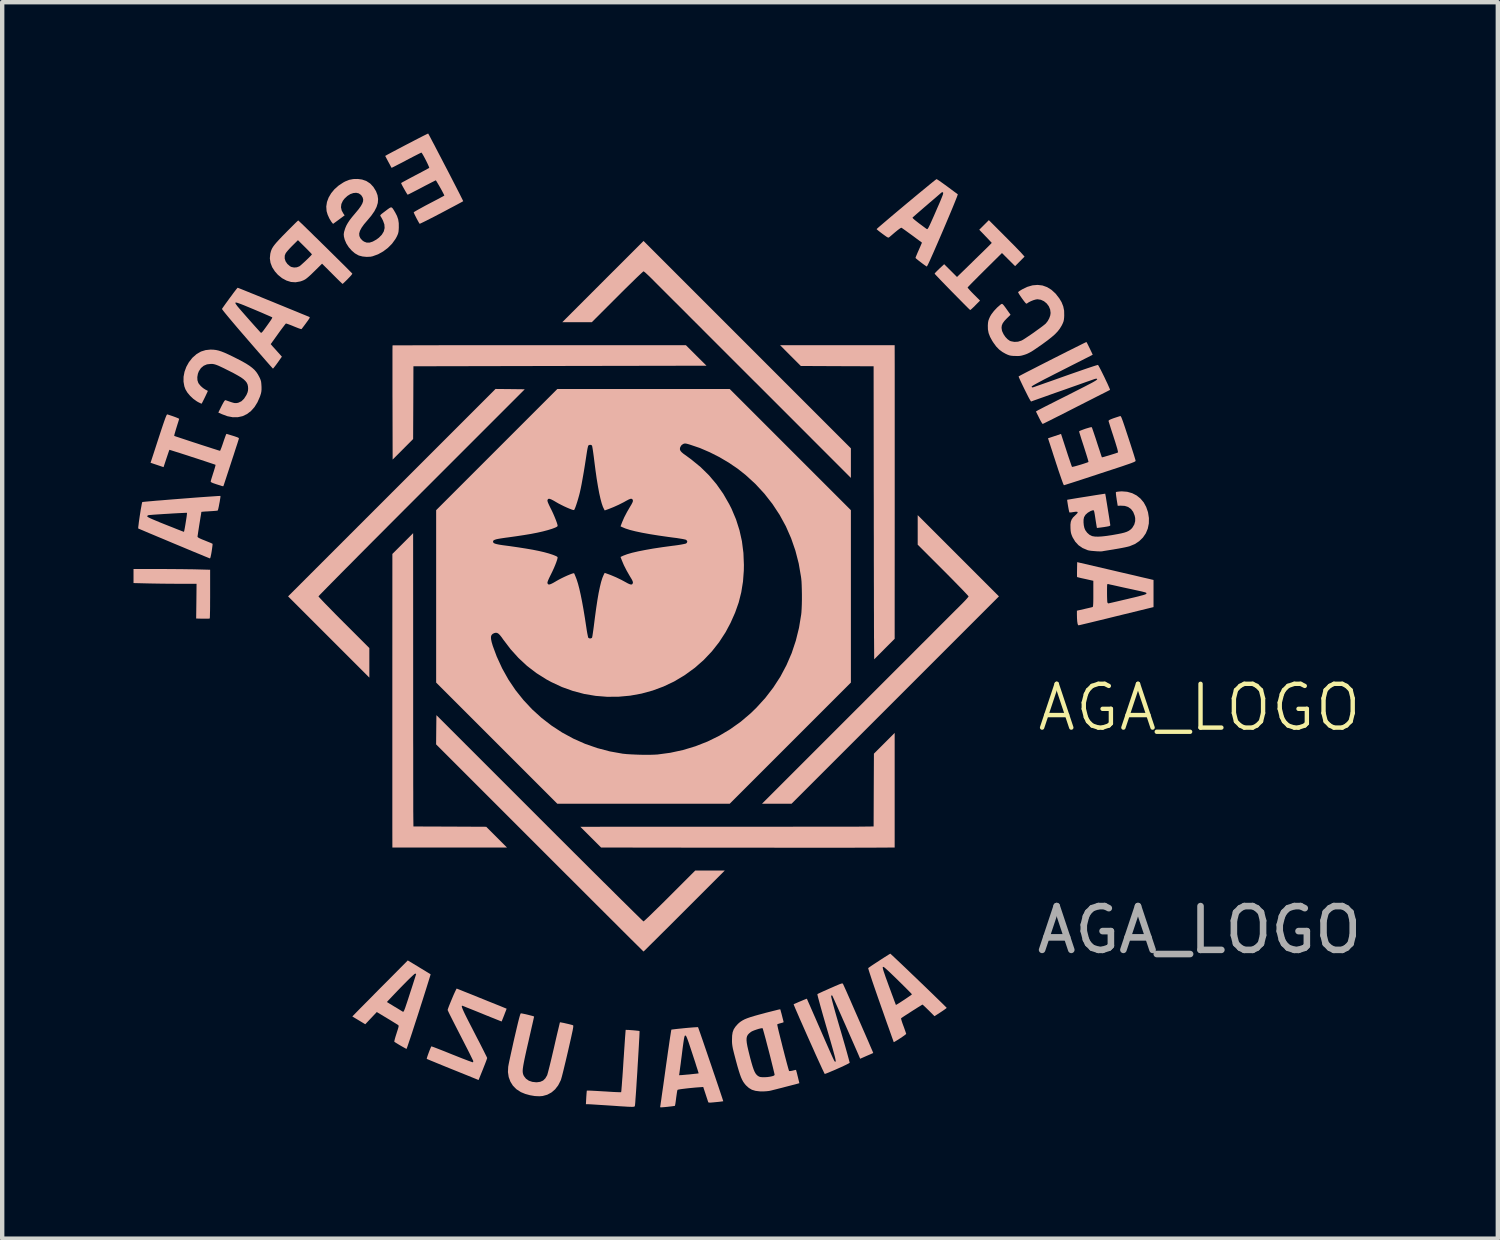
<source format=kicad_pcb>
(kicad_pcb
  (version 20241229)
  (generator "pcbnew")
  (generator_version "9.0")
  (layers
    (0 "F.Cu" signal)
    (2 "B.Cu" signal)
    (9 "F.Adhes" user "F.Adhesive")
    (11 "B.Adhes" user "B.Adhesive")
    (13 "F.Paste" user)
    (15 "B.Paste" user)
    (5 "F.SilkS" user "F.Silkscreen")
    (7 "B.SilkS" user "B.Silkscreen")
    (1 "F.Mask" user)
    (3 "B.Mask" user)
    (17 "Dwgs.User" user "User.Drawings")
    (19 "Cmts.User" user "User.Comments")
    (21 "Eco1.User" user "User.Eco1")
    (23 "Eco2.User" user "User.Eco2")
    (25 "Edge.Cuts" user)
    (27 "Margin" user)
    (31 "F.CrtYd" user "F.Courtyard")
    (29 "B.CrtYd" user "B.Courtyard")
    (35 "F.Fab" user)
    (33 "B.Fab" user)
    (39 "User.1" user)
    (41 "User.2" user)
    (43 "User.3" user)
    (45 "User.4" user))
  (footprint "AGA_LOGO"
    (layer "F.Cu")
    (at 11.65 10.573)
    (property "Reference" "AGA_LOGO" (at 12.7 2.54 0) (unlocked yes) (layer "F.SilkS") (effects (font (size 1 1) (thickness 0.1))))
    (fp_poly (pts (xy -11.65 -0.465) (xy -11.65 -0.304) (xy -11.329 -0.296) (xy -11.229 -0.294) (xy -11.111 -0.292) (xy -10.982 -0.29) (xy -10.85 -0.289) (xy -10.722 -0.288) (xy -10.609 -0.287) (xy -10.21 -0.287) (xy -10.214 0.109) (xy -10.219 0.506) (xy -10.068 0.51) (xy -10.009 0.51) (xy -9.959 0.51) (xy -9.924 0.508) (xy -9.909 0.505) (xy -9.909 0.505) (xy -9.907 0.491) (xy -9.905 0.454) (xy -9.904 0.398) (xy -9.902 0.325) (xy -9.901 0.236) (xy -9.901 0.136) (xy -9.9 0.026) (xy -9.9 -0.056) (xy -9.9 -0.608) (xy -10.228 -0.617) (xy -10.315 -0.619) (xy -10.423 -0.62) (xy -10.545 -0.622) (xy -10.677 -0.623) (xy -10.814 -0.624) (xy -10.952 -0.625) (xy -11.084 -0.625) (xy -11.103 -0.625) (xy -11.65 -0.625)) (stroke (width 0) (type solid)) (fill yes) (layer "B.SilkS"))
    (fp_poly (pts (xy -5.75 -2.369) (xy -8.119 -0.000007) (xy -7.191 0.928) (xy -6.263 1.856) (xy -6.263 1.519) (xy -6.263 1.181) (xy -6.844 0.6) (xy -6.944 0.5) (xy -7.038 0.405) (xy -7.125 0.316) (xy -7.204 0.235) (xy -7.274 0.164) (xy -7.332 0.103) (xy -7.377 0.055) (xy -7.408 0.021) (xy -7.424 0.003) (xy -7.425 0.00005) (xy -7.416 -0.01) (xy -7.391 -0.038) (xy -7.349 -0.081) (xy -7.291 -0.14) (xy -7.219 -0.214) (xy -7.133 -0.301) (xy -7.033 -0.402) (xy -6.921 -0.516) (xy -6.797 -0.641) (xy -6.661 -0.777) (xy -6.516 -0.924) (xy -6.36 -1.081) (xy -6.196 -1.246) (xy -6.023 -1.419) (xy -5.843 -1.6) (xy -5.656 -1.787) (xy -5.463 -1.981) (xy -5.264 -2.18) (xy -5.069 -2.375) (xy -2.713 -4.731) (xy -3.047 -4.735) (xy -3.381 -4.738)) (stroke (width 0) (type solid)) (fill yes) (layer "B.SilkS"))
    (fp_poly (pts (xy -2.668 -5.738) (xy -2.949 -5.738) (xy -3.222 -5.737) (xy -3.487 -5.737) (xy -3.743 -5.737) (xy -3.987 -5.737) (xy -4.22 -5.737) (xy -4.441 -5.737) (xy -4.647 -5.737) (xy -4.839 -5.736) (xy -5.015 -5.736) (xy -5.174 -5.736) (xy -5.316 -5.735) (xy -5.439 -5.735) (xy -5.541 -5.735) (xy -5.623 -5.734) (xy -5.683 -5.734) (xy -5.72 -5.734) (xy -5.733 -5.733) (xy -5.733 -5.733) (xy -5.734 -5.721) (xy -5.734 -5.684) (xy -5.735 -5.626) (xy -5.735 -5.549) (xy -5.735 -5.452) (xy -5.735 -5.339) (xy -5.735 -5.211) (xy -5.735 -5.069) (xy -5.735 -4.916) (xy -5.735 -4.752) (xy -5.735 -4.58) (xy -5.734 -4.427) (xy -5.731 -3.125) (xy -5.497 -3.359) (xy -5.263 -3.594) (xy -5.259 -4.425) (xy -5.256 -5.256) (xy -1.909 -5.263) (xy 1.438 -5.269) (xy 1.203 -5.503) (xy 0.969 -5.737) (xy -2.38 -5.738)) (stroke (width 0) (type solid)) (fill yes) (layer "B.SilkS"))
    (fp_poly (pts (xy -0.928 -7.191) (xy -1.856 -6.263) (xy -1.519 -6.263) (xy -1.181 -6.263) (xy -0.6 -6.844) (xy -0.5 -6.944) (xy -0.405 -7.038) (xy -0.316 -7.125) (xy -0.235 -7.204) (xy -0.164 -7.274) (xy -0.103 -7.332) (xy -0.055 -7.377) (xy -0.021 -7.408) (xy -0.002 -7.424) (xy 0.001 -7.425) (xy 0.015 -7.416) (xy 0.044 -7.393) (xy 0.084 -7.356) (xy 0.133 -7.31) (xy 0.187 -7.257) (xy 0.197 -7.247) (xy 0.222 -7.222) (xy 0.263 -7.18) (xy 0.321 -7.122) (xy 0.394 -7.049) (xy 0.481 -6.962) (xy 0.582 -6.861) (xy 0.695 -6.748) (xy 0.821 -6.623) (xy 0.957 -6.487) (xy 1.103 -6.34) (xy 1.259 -6.185) (xy 1.423 -6.02) (xy 1.594 -5.849) (xy 1.773 -5.67) (xy 1.957 -5.486) (xy 2.147 -5.296) (xy 2.341 -5.102) (xy 2.538 -4.905) (xy 2.556 -4.888) (xy 4.737 -2.706) (xy 4.737 -3.044) (xy 4.737 -3.381) (xy 2.369 -5.75) (xy -0.000001 -8.119)) (stroke (width 0) (type solid)) (fill yes) (layer "B.SilkS"))
    (fp_poly (pts (xy 6.263 -1.519) (xy 6.263 -1.181) (xy 6.844 -0.6) (xy 6.944 -0.5) (xy 7.038 -0.405) (xy 7.125 -0.316) (xy 7.204 -0.235) (xy 7.274 -0.164) (xy 7.332 -0.103) (xy 7.377 -0.055) (xy 7.408 -0.021) (xy 7.424 -0.002) (xy 7.425 0.001) (xy 7.416 0.015) (xy 7.393 0.044) (xy 7.357 0.084) (xy 7.311 0.132) (xy 7.258 0.186) (xy 7.253 0.191) (xy 7.229 0.215) (xy 7.188 0.256) (xy 7.13 0.313) (xy 7.058 0.385) (xy 6.971 0.472) (xy 6.871 0.572) (xy 6.758 0.685) (xy 6.633 0.81) (xy 6.498 0.946) (xy 6.352 1.091) (xy 6.196 1.247) (xy 6.033 1.411) (xy 5.861 1.582) (xy 5.683 1.76) (xy 5.498 1.945) (xy 5.309 2.134) (xy 5.115 2.328) (xy 4.918 2.526) (xy 4.894 2.549) (xy 2.706 4.737) (xy 3.044 4.737) (xy 3.381 4.737) (xy 5.75 2.369) (xy 8.119 -0.000002) (xy 7.191 -0.928) (xy 6.263 -1.856)) (stroke (width 0) (type solid)) (fill yes) (layer "B.SilkS"))
    (fp_poly (pts (xy 3.356 -5.5) (xy 3.593 -5.263) (xy 4.425 -5.259) (xy 5.256 -5.256) (xy 5.259 -2.381) (xy 5.26 -2.108) (xy 5.26 -1.838) (xy 5.26 -1.571) (xy 5.261 -1.311) (xy 5.261 -1.057) (xy 5.261 -0.812) (xy 5.262 -0.576) (xy 5.262 -0.351) (xy 5.263 -0.139) (xy 5.263 0.06) (xy 5.263 0.243) (xy 5.264 0.41) (xy 5.264 0.559) (xy 5.264 0.69) (xy 5.265 0.799) (xy 5.265 0.887) (xy 5.265 0.951) (xy 5.266 0.966) (xy 5.269 1.438) (xy 5.503 1.203) (xy 5.737 0.969) (xy 5.738 -1.894) (xy 5.738 -2.167) (xy 5.738 -2.437) (xy 5.738 -2.703) (xy 5.738 -2.964) (xy 5.738 -3.218) (xy 5.738 -3.464) (xy 5.738 -3.7) (xy 5.738 -3.925) (xy 5.738 -4.138) (xy 5.738 -4.338) (xy 5.738 -4.522) (xy 5.738 -4.69) (xy 5.738 -4.84) (xy 5.738 -4.971) (xy 5.738 -5.081) (xy 5.738 -5.17) (xy 5.738 -5.235) (xy 5.738 -5.247) (xy 5.737 -5.737) (xy 4.428 -5.737) (xy 3.119 -5.738)) (stroke (width 0) (type solid)) (fill yes) (layer "B.SilkS"))
    (fp_poly (pts (xy -5.5 -1.206) (xy -5.737 -0.969) (xy -5.738 1.894) (xy -5.738 2.167) (xy -5.738 2.437) (xy -5.738 2.703) (xy -5.738 2.964) (xy -5.738 3.218) (xy -5.738 3.464) (xy -5.738 3.7) (xy -5.738 3.925) (xy -5.738 4.138) (xy -5.738 4.338) (xy -5.738 4.522) (xy -5.738 4.69) (xy -5.738 4.84) (xy -5.738 4.971) (xy -5.738 5.081) (xy -5.738 5.17) (xy -5.738 5.235) (xy -5.738 5.247) (xy -5.737 5.737) (xy -4.428 5.737) (xy -3.119 5.737) (xy -3.356 5.5) (xy -3.593 5.263) (xy -4.425 5.259) (xy -5.256 5.256) (xy -5.259 5.006) (xy -5.259 4.971) (xy -5.26 4.912) (xy -5.26 4.831) (xy -5.26 4.728) (xy -5.26 4.605) (xy -5.26 4.462) (xy -5.261 4.302) (xy -5.261 4.125) (xy -5.261 3.932) (xy -5.261 3.725) (xy -5.261 3.505) (xy -5.262 3.273) (xy -5.262 3.03) (xy -5.262 2.777) (xy -5.262 2.516) (xy -5.262 2.248) (xy -5.262 1.973) (xy -5.262 1.694) (xy -5.262 1.656) (xy -5.263 -1.444)) (stroke (width 0) (type solid)) (fill yes) (layer "B.SilkS"))
    (fp_poly (pts (xy 5.5 3.356) (xy 5.263 3.593) (xy 5.259 4.425) (xy 5.256 5.256) (xy 5.006 5.259) (xy 4.971 5.259) (xy 4.912 5.26) (xy 4.831 5.26) (xy 4.728 5.26) (xy 4.605 5.26) (xy 4.462 5.26) (xy 4.302 5.261) (xy 4.125 5.261) (xy 3.932 5.261) (xy 3.725 5.261) (xy 3.505 5.261) (xy 3.273 5.262) (xy 3.03 5.262) (xy 2.777 5.262) (xy 2.516 5.262) (xy 2.248 5.262) (xy 1.973 5.262) (xy 1.694 5.262) (xy 1.656 5.262) (xy -1.444 5.263) (xy -1.206 5.5) (xy -0.969 5.737) (xy 1.894 5.741) (xy 2.167 5.741) (xy 2.437 5.741) (xy 2.703 5.741) (xy 2.964 5.741) (xy 3.218 5.742) (xy 3.464 5.742) (xy 3.7 5.742) (xy 3.925 5.742) (xy 4.138 5.742) (xy 4.338 5.742) (xy 4.522 5.742) (xy 4.69 5.742) (xy 4.84 5.741) (xy 4.971 5.741) (xy 5.081 5.741) (xy 5.169 5.741) (xy 5.235 5.741) (xy 5.247 5.74) (xy 5.737 5.737) (xy 5.737 4.428) (xy 5.737 3.119)) (stroke (width 0) (type solid)) (fill yes) (layer "B.SilkS"))
    (fp_poly (pts (xy -4.735 3.047) (xy -4.738 3.381) (xy -2.372 5.747) (xy -2.169 5.95) (xy -1.97 6.149) (xy -1.777 6.342) (xy -1.589 6.529) (xy -1.409 6.709) (xy -1.236 6.882) (xy -1.071 7.047) (xy -0.915 7.202) (xy -0.769 7.348) (xy -0.633 7.483) (xy -0.509 7.608) (xy -0.396 7.72) (xy -0.296 7.82) (xy -0.209 7.906) (xy -0.136 7.978) (xy -0.078 8.036) (xy -0.036 8.078) (xy -0.009 8.104) (xy 0.000016 8.112) (xy 0.00002 8.113) (xy 0.01 8.104) (xy 0.036 8.079) (xy 0.077 8.038) (xy 0.132 7.983) (xy 0.201 7.915) (xy 0.281 7.836) (xy 0.372 7.745) (xy 0.473 7.645) (xy 0.582 7.537) (xy 0.698 7.421) (xy 0.82 7.299) (xy 0.931 7.188) (xy 1.856 6.263) (xy 1.519 6.263) (xy 1.181 6.263) (xy 0.6 6.844) (xy 0.5 6.944) (xy 0.405 7.038) (xy 0.316 7.125) (xy 0.235 7.204) (xy 0.164 7.274) (xy 0.103 7.332) (xy 0.055 7.377) (xy 0.021 7.408) (xy 0.003 7.424) (xy 0.000051 7.425) (xy -0.01 7.416) (xy -0.038 7.391) (xy -0.081 7.349) (xy -0.14 7.291) (xy -0.214 7.219) (xy -0.301 7.133) (xy -0.402 7.033) (xy -0.516 6.921) (xy -0.641 6.797) (xy -0.777 6.661) (xy -0.924 6.516) (xy -1.081 6.36) (xy -1.246 6.196) (xy -1.419 6.023) (xy -1.6 5.843) (xy -1.787 5.656) (xy -1.981 5.463) (xy -2.18 5.264) (xy -2.375 5.069) (xy -4.731 2.713)) (stroke (width 0) (type solid)) (fill yes) (layer "B.SilkS"))
    (fp_poly (pts (xy 7.778 -8.484) (xy 7.669 -8.375) (xy 7.763 -8.278) (xy 7.808 -8.231) (xy 7.852 -8.185) (xy 7.89 -8.145) (xy 7.906 -8.128) (xy 7.955 -8.075) (xy 7.906 -8.024) (xy 7.886 -8.004) (xy 7.85 -7.968) (xy 7.801 -7.92) (xy 7.741 -7.861) (xy 7.672 -7.794) (xy 7.597 -7.721) (xy 7.518 -7.644) (xy 7.509 -7.634) (xy 7.161 -7.296) (xy 7.015 -7.442) (xy 6.868 -7.588) (xy 6.759 -7.487) (xy 6.717 -7.446) (xy 6.682 -7.411) (xy 6.658 -7.385) (xy 6.65 -7.371) (xy 6.658 -7.361) (xy 6.682 -7.335) (xy 6.72 -7.295) (xy 6.768 -7.244) (xy 6.826 -7.184) (xy 6.891 -7.117) (xy 6.96 -7.046) (xy 7.033 -6.971) (xy 7.106 -6.897) (xy 7.178 -6.824) (xy 7.246 -6.755) (xy 7.308 -6.692) (xy 7.363 -6.637) (xy 7.408 -6.592) (xy 7.441 -6.56) (xy 7.46 -6.543) (xy 7.463 -6.541) (xy 7.473 -6.548) (xy 7.498 -6.569) (xy 7.533 -6.602) (xy 7.575 -6.643) (xy 7.578 -6.647) (xy 7.687 -6.757) (xy 7.543 -6.9) (xy 7.495 -6.949) (xy 7.454 -6.993) (xy 7.424 -7.027) (xy 7.406 -7.05) (xy 7.403 -7.056) (xy 7.412 -7.067) (xy 7.438 -7.094) (xy 7.477 -7.135) (xy 7.529 -7.188) (xy 7.591 -7.25) (xy 7.662 -7.322) (xy 7.74 -7.399) (xy 7.797 -7.456) (xy 8.188 -7.843) (xy 8.338 -7.693) (xy 8.488 -7.544) (xy 8.596 -7.652) (xy 8.704 -7.761) (xy 8.64 -7.833) (xy 8.617 -7.859) (xy 8.578 -7.899) (xy 8.527 -7.952) (xy 8.465 -8.016) (xy 8.394 -8.087) (xy 8.318 -8.164) (xy 8.239 -8.243) (xy 8.232 -8.25) (xy 7.888 -8.594)) (stroke (width 0) (type solid)) (fill yes) (layer "B.SilkS"))
    (fp_poly (pts (xy -0.404 9.903) (xy -0.408 9.903) (xy -0.409 9.916) (xy -0.412 9.952) (xy -0.416 10.008) (xy -0.422 10.082) (xy -0.428 10.172) (xy -0.435 10.276) (xy -0.443 10.392) (xy -0.451 10.517) (xy -0.458 10.613) (xy -0.466 10.743) (xy -0.474 10.866) (xy -0.482 10.979) (xy -0.49 11.08) (xy -0.496 11.167) (xy -0.502 11.237) (xy -0.506 11.288) (xy -0.51 11.318) (xy -0.511 11.326) (xy -0.525 11.327) (xy -0.561 11.326) (xy -0.615 11.324) (xy -0.686 11.321) (xy -0.768 11.316) (xy -0.861 11.31) (xy -0.903 11.308) (xy -0.998 11.302) (xy -1.086 11.297) (xy -1.161 11.293) (xy -1.223 11.29) (xy -1.267 11.289) (xy -1.29 11.289) (xy -1.294 11.289) (xy -1.297 11.304) (xy -1.3 11.338) (xy -1.304 11.387) (xy -1.308 11.446) (xy -1.308 11.448) (xy -1.316 11.6) (xy -1.274 11.6) (xy -1.252 11.601) (xy -1.208 11.603) (xy -1.145 11.607) (xy -1.067 11.612) (xy -0.976 11.618) (xy -0.876 11.624) (xy -0.769 11.631) (xy -0.769 11.631) (xy -0.635 11.64) (xy -0.524 11.648) (xy -0.434 11.653) (xy -0.362 11.658) (xy -0.307 11.66) (xy -0.265 11.661) (xy -0.236 11.66) (xy -0.217 11.657) (xy -0.205 11.652) (xy -0.199 11.646) (xy -0.197 11.637) (xy -0.196 11.627) (xy -0.195 11.622) (xy -0.192 11.598) (xy -0.188 11.552) (xy -0.184 11.488) (xy -0.178 11.407) (xy -0.171 11.313) (xy -0.164 11.207) (xy -0.157 11.092) (xy -0.149 10.972) (xy -0.141 10.847) (xy -0.134 10.721) (xy -0.126 10.596) (xy -0.119 10.474) (xy -0.112 10.359) (xy -0.106 10.252) (xy -0.101 10.157) (xy -0.096 10.075) (xy -0.093 10.009) (xy -0.091 9.961) (xy -0.091 9.935) (xy -0.091 9.93) (xy -0.105 9.926) (xy -0.138 9.922) (xy -0.184 9.917) (xy -0.238 9.912) (xy -0.292 9.908) (xy -0.342 9.904) (xy -0.381 9.903)) (stroke (width 0) (type solid)) (fill yes) (layer "B.SilkS"))
    (fp_poly (pts (xy -7.898 -8.579) (xy -7.924 -8.555) (xy -7.963 -8.517) (xy -8.013 -8.467) (xy -8.071 -8.409) (xy -8.137 -8.343) (xy -8.17 -8.309) (xy -8.256 -8.222) (xy -8.325 -8.149) (xy -8.381 -8.088) (xy -8.424 -8.037) (xy -8.457 -7.993) (xy -8.482 -7.953) (xy -8.5 -7.915) (xy -8.513 -7.877) (xy -8.524 -7.834) (xy -8.526 -7.824) (xy -8.536 -7.722) (xy -8.521 -7.62) (xy -8.483 -7.52) (xy -8.421 -7.424) (xy -8.352 -7.346) (xy -8.256 -7.268) (xy -8.156 -7.214) (xy -8.053 -7.182) (xy -7.949 -7.175) (xy -7.844 -7.193) (xy -7.843 -7.193) (xy -7.801 -7.207) (xy -7.764 -7.222) (xy -7.728 -7.241) (xy -7.691 -7.268) (xy -7.647 -7.305) (xy -7.594 -7.353) (xy -7.529 -7.417) (xy -7.512 -7.433) (xy -7.343 -7.6) (xy -7.112 -7.369) (xy -7.05 -7.307) (xy -6.994 -7.251) (xy -6.946 -7.204) (xy -6.908 -7.168) (xy -6.884 -7.145) (xy -6.875 -7.138) (xy -6.864 -7.146) (xy -6.839 -7.169) (xy -6.804 -7.203) (xy -6.762 -7.244) (xy -6.758 -7.249) (xy -6.716 -7.292) (xy -6.682 -7.329) (xy -6.66 -7.357) (xy -6.652 -7.371) (xy -6.652 -7.372) (xy -6.661 -7.382) (xy -6.687 -7.409) (xy -6.727 -7.449) (xy -6.779 -7.502) (xy -6.842 -7.565) (xy -6.915 -7.637) (xy -6.994 -7.715) (xy -7.079 -7.799) (xy -7.093 -7.813) (xy -7.575 -7.813) (xy -7.584 -7.8) (xy -7.607 -7.775) (xy -7.642 -7.739) (xy -7.683 -7.699) (xy -7.728 -7.656) (xy -7.773 -7.615) (xy -7.813 -7.579) (xy -7.844 -7.552) (xy -7.862 -7.539) (xy -7.919 -7.517) (xy -7.982 -7.512) (xy -8.042 -7.524) (xy -8.075 -7.541) (xy -8.136 -7.594) (xy -8.177 -7.654) (xy -8.197 -7.719) (xy -8.195 -7.785) (xy -8.177 -7.832) (xy -8.159 -7.859) (xy -8.127 -7.898) (xy -8.085 -7.945) (xy -8.037 -7.995) (xy -8.023 -8.009) (xy -7.894 -8.137) (xy -7.734 -7.979) (xy -7.683 -7.928) (xy -7.639 -7.883) (xy -7.604 -7.847) (xy -7.582 -7.822) (xy -7.575 -7.813) (xy -7.093 -7.813) (xy -7.168 -7.887) (xy -7.258 -7.976) (xy -7.349 -8.065) (xy -7.438 -8.153) (xy -7.525 -8.237) (xy -7.605 -8.317) (xy -7.68 -8.389) (xy -7.745 -8.453) (xy -7.8 -8.506) (xy -7.844 -8.547) (xy -7.873 -8.575) (xy -7.887 -8.587) (xy -7.887 -8.588)) (stroke (width 0) (type solid)) (fill yes) (layer "B.SilkS"))
    (fp_poly (pts (xy 9.903 -0.614) (xy 9.902 -0.552) (xy 9.902 -0.5) (xy 9.902 -0.462) (xy 9.904 -0.443) (xy 9.904 -0.442) (xy 9.917 -0.438) (xy 9.951 -0.429) (xy 10 -0.417) (xy 10.06 -0.404) (xy 10.092 -0.397) (xy 10.275 -0.356) (xy 10.275 -0.059) (xy 10.275 0.04) (xy 10.274 0.117) (xy 10.272 0.173) (xy 10.269 0.212) (xy 10.265 0.234) (xy 10.26 0.243) (xy 10.259 0.243) (xy 10.242 0.248) (xy 10.205 0.257) (xy 10.154 0.269) (xy 10.093 0.283) (xy 10.072 0.288) (xy 9.9 0.327) (xy 9.9 0.41) (xy 9.902 0.5) (xy 9.907 0.571) (xy 9.915 0.623) (xy 9.926 0.654) (xy 9.936 0.661) (xy 9.951 0.658) (xy 9.989 0.65) (xy 10.047 0.636) (xy 10.123 0.618) (xy 10.215 0.596) (xy 10.321 0.57) (xy 10.44 0.541) (xy 10.569 0.51) (xy 10.706 0.476) (xy 10.803 0.452) (xy 11.65 0.245) (xy 11.65 -0.065) (xy 11.65 -0.072) (xy 11.488 -0.072) (xy 11.488 -0.066) (xy 11.488 -0.064) (xy 11.484 -0.058) (xy 11.472 -0.05) (xy 11.45 -0.041) (xy 11.416 -0.03) (xy 11.366 -0.017) (xy 11.3 0.001) (xy 11.214 0.022) (xy 11.107 0.047) (xy 11.059 0.059) (xy 10.959 0.082) (xy 10.867 0.104) (xy 10.785 0.123) (xy 10.716 0.139) (xy 10.663 0.151) (xy 10.629 0.159) (xy 10.617 0.161) (xy 10.603 0.152) (xy 10.595 0.134) (xy 10.593 0.113) (xy 10.591 0.071) (xy 10.589 0.014) (xy 10.588 -0.053) (xy 10.588 -0.091) (xy 10.588 -0.166) (xy 10.589 -0.219) (xy 10.59 -0.253) (xy 10.594 -0.273) (xy 10.599 -0.282) (xy 10.606 -0.283) (xy 10.609 -0.283) (xy 10.627 -0.278) (xy 10.665 -0.269) (xy 10.722 -0.257) (xy 10.794 -0.241) (xy 10.878 -0.222) (xy 10.972 -0.201) (xy 11.037 -0.187) (xy 11.154 -0.162) (xy 11.249 -0.141) (xy 11.324 -0.125) (xy 11.382 -0.112) (xy 11.424 -0.101) (xy 11.453 -0.094) (xy 11.472 -0.087) (xy 11.483 -0.082) (xy 11.487 -0.077) (xy 11.488 -0.072) (xy 11.65 -0.072) (xy 11.65 -0.375) (xy 11.616 -0.383) (xy 11.598 -0.387) (xy 11.558 -0.397) (xy 11.498 -0.411) (xy 11.419 -0.429) (xy 11.325 -0.451) (xy 11.217 -0.477) (xy 11.096 -0.505) (xy 10.966 -0.535) (xy 10.828 -0.567) (xy 10.744 -0.587) (xy 9.906 -0.782)) (stroke (width 0) (type solid)) (fill yes) (layer "B.SilkS"))
    (fp_poly (pts (xy -5.839 8.774) (xy -5.935 8.87) (xy -6.031 8.966) (xy -6.125 9.061) (xy -6.214 9.152) (xy -6.296 9.235) (xy -6.369 9.308) (xy -6.429 9.369) (xy -6.473 9.413) (xy -6.652 9.596) (xy -6.504 9.685) (xy -6.356 9.774) (xy -6.224 9.634) (xy -6.093 9.495) (xy -5.862 9.634) (xy -5.792 9.676) (xy -5.729 9.715) (xy -5.675 9.748) (xy -5.635 9.773) (xy -5.611 9.788) (xy -5.608 9.791) (xy -5.599 9.799) (xy -5.594 9.809) (xy -5.595 9.825) (xy -5.601 9.852) (xy -5.613 9.893) (xy -5.632 9.951) (xy -5.643 9.987) (xy -5.663 10.049) (xy -5.679 10.104) (xy -5.689 10.145) (xy -5.693 10.17) (xy -5.692 10.174) (xy -5.675 10.186) (xy -5.643 10.206) (xy -5.601 10.232) (xy -5.554 10.26) (xy -5.507 10.287) (xy -5.464 10.311) (xy -5.432 10.329) (xy -5.415 10.337) (xy -5.414 10.338) (xy -5.409 10.326) (xy -5.396 10.292) (xy -5.378 10.239) (xy -5.354 10.167) (xy -5.324 10.079) (xy -5.29 9.977) (xy -5.253 9.862) (xy -5.212 9.736) (xy -5.168 9.602) (xy -5.131 9.487) (xy -5.087 9.347) (xy -5.044 9.214) (xy -5.005 9.09) (xy -4.969 8.977) (xy -4.938 8.877) (xy -4.911 8.791) (xy -4.89 8.722) (xy -4.874 8.671) (xy -4.865 8.641) (xy -4.864 8.633) (xy -4.865 8.632) (xy -5.195 8.632) (xy -5.2 8.646) (xy -5.211 8.681) (xy -5.228 8.735) (xy -5.25 8.804) (xy -5.276 8.886) (xy -5.306 8.978) (xy -5.337 9.073) (xy -5.373 9.185) (xy -5.403 9.276) (xy -5.427 9.347) (xy -5.445 9.401) (xy -5.46 9.44) (xy -5.471 9.466) (xy -5.48 9.481) (xy -5.487 9.488) (xy -5.494 9.489) (xy -5.501 9.486) (xy -5.504 9.484) (xy -5.524 9.472) (xy -5.561 9.449) (xy -5.61 9.419) (xy -5.667 9.384) (xy -5.694 9.369) (xy -5.75 9.334) (xy -5.799 9.305) (xy -5.836 9.282) (xy -5.857 9.269) (xy -5.861 9.267) (xy -5.854 9.257) (xy -5.831 9.232) (xy -5.794 9.193) (xy -5.746 9.142) (xy -5.688 9.081) (xy -5.622 9.012) (xy -5.55 8.938) (xy -5.55 8.937) (xy -5.46 8.846) (xy -5.383 8.768) (xy -5.319 8.706) (xy -5.269 8.659) (xy -5.235 8.629) (xy -5.216 8.616) (xy -5.214 8.616) (xy -5.197 8.626) (xy -5.195 8.632) (xy -4.865 8.632) (xy -4.875 8.625) (xy -4.905 8.607) (xy -4.951 8.579) (xy -5.009 8.543) (xy -5.076 8.503) (xy -5.127 8.472) (xy -5.385 8.316)) (stroke (width 0) (type solid)) (fill yes) (layer "B.SilkS"))
    (fp_poly (pts (xy -2.807 9.53) (xy -2.814 9.545) (xy -2.823 9.572) (xy -2.835 9.613) (xy -2.85 9.67) (xy -2.869 9.745) (xy -2.891 9.838) (xy -2.918 9.953) (xy -2.949 10.086) (xy -2.976 10.204) (xy -3.001 10.319) (xy -3.025 10.426) (xy -3.046 10.523) (xy -3.064 10.606) (xy -3.078 10.674) (xy -3.087 10.722) (xy -3.091 10.744) (xy -3.097 10.866) (xy -3.08 10.98) (xy -3.041 11.085) (xy -2.983 11.178) (xy -2.904 11.258) (xy -2.807 11.321) (xy -2.8 11.325) (xy -2.703 11.365) (xy -2.595 11.395) (xy -2.485 11.414) (xy -2.379 11.419) (xy -2.304 11.413) (xy -2.199 11.384) (xy -2.104 11.333) (xy -2.02 11.261) (xy -1.949 11.169) (xy -1.892 11.057) (xy -1.889 11.05) (xy -1.881 11.024) (xy -1.867 10.976) (xy -1.85 10.91) (xy -1.829 10.827) (xy -1.806 10.731) (xy -1.78 10.624) (xy -1.753 10.509) (xy -1.726 10.394) (xy -1.695 10.258) (xy -1.669 10.144) (xy -1.648 10.05) (xy -1.632 9.975) (xy -1.619 9.917) (xy -1.611 9.872) (xy -1.606 9.84) (xy -1.605 9.819) (xy -1.605 9.806) (xy -1.609 9.799) (xy -1.611 9.797) (xy -1.633 9.79) (xy -1.67 9.78) (xy -1.718 9.768) (xy -1.771 9.756) (xy -1.822 9.744) (xy -1.866 9.736) (xy -1.897 9.73) (xy -1.909 9.73) (xy -1.913 9.743) (xy -1.921 9.777) (xy -1.934 9.832) (xy -1.951 9.903) (xy -1.972 9.99) (xy -1.995 10.088) (xy -2.02 10.197) (xy -2.045 10.308) (xy -2.073 10.426) (xy -2.099 10.538) (xy -2.124 10.642) (xy -2.147 10.735) (xy -2.167 10.813) (xy -2.183 10.875) (xy -2.195 10.918) (xy -2.201 10.938) (xy -2.243 11.01) (xy -2.294 11.06) (xy -2.359 11.089) (xy -2.439 11.1) (xy -2.449 11.1) (xy -2.541 11.09) (xy -2.62 11.063) (xy -2.685 11.018) (xy -2.731 10.959) (xy -2.743 10.935) (xy -2.751 10.912) (xy -2.757 10.887) (xy -2.76 10.858) (xy -2.76 10.823) (xy -2.756 10.78) (xy -2.748 10.726) (xy -2.736 10.659) (xy -2.72 10.578) (xy -2.699 10.479) (xy -2.673 10.361) (xy -2.641 10.221) (xy -2.631 10.179) (xy -2.605 10.063) (xy -2.58 9.954) (xy -2.558 9.856) (xy -2.538 9.77) (xy -2.522 9.699) (xy -2.51 9.645) (xy -2.502 9.61) (xy -2.5 9.598) (xy -2.511 9.593) (xy -2.541 9.583) (xy -2.585 9.572) (xy -2.635 9.559) (xy -2.688 9.546) (xy -2.736 9.536) (xy -2.776 9.528) (xy -2.8 9.525) (xy -2.801 9.525)) (stroke (width 0) (type solid)) (fill yes) (layer "B.SilkS"))
    (fp_poly (pts (xy -10.002 -5.626) (xy -10.109 -5.593) (xy -10.208 -5.536) (xy -10.3 -5.455) (xy -10.308 -5.447) (xy -10.385 -5.349) (xy -10.444 -5.243) (xy -10.485 -5.131) (xy -10.507 -5.017) (xy -10.508 -4.905) (xy -10.489 -4.798) (xy -10.464 -4.73) (xy -10.42 -4.656) (xy -10.358 -4.582) (xy -10.285 -4.513) (xy -10.207 -4.457) (xy -10.177 -4.439) (xy -10.138 -4.42) (xy -10.109 -4.406) (xy -10.095 -4.402) (xy -10.094 -4.402) (xy -10.086 -4.416) (xy -10.07 -4.446) (xy -10.049 -4.488) (xy -10.025 -4.536) (xy -10.001 -4.586) (xy -9.98 -4.631) (xy -9.963 -4.667) (xy -9.954 -4.689) (xy -9.952 -4.694) (xy -9.965 -4.701) (xy -9.992 -4.715) (xy -10.006 -4.722) (xy -10.061 -4.758) (xy -10.115 -4.805) (xy -10.158 -4.857) (xy -10.171 -4.879) (xy -10.19 -4.938) (xy -10.193 -5.009) (xy -10.18 -5.084) (xy -10.158 -5.142) (xy -10.11 -5.215) (xy -10.047 -5.268) (xy -9.972 -5.3) (xy -9.883 -5.31) (xy -9.844 -5.309) (xy -9.817 -5.305) (xy -9.789 -5.298) (xy -9.755 -5.287) (xy -9.712 -5.27) (xy -9.658 -5.245) (xy -9.588 -5.212) (xy -9.501 -5.168) (xy -9.48 -5.158) (xy -9.364 -5.099) (xy -9.27 -5.047) (xy -9.194 -5.002) (xy -9.136 -4.96) (xy -9.093 -4.919) (xy -9.063 -4.88) (xy -9.044 -4.838) (xy -9.035 -4.793) (xy -9.032 -4.748) (xy -9.035 -4.702) (xy -9.045 -4.66) (xy -9.066 -4.61) (xy -9.075 -4.593) (xy -9.126 -4.514) (xy -9.185 -4.457) (xy -9.252 -4.425) (xy -9.282 -4.418) (xy -9.304 -4.415) (xy -9.324 -4.415) (xy -9.347 -4.417) (xy -9.376 -4.424) (xy -9.416 -4.436) (xy -9.471 -4.455) (xy -9.545 -4.481) (xy -9.55 -4.482) (xy -9.562 -4.478) (xy -9.578 -4.458) (xy -9.601 -4.42) (xy -9.632 -4.362) (xy -9.641 -4.344) (xy -9.713 -4.199) (xy -9.631 -4.162) (xy -9.504 -4.115) (xy -9.383 -4.092) (xy -9.267 -4.093) (xy -9.161 -4.116) (xy -9.059 -4.164) (xy -8.967 -4.234) (xy -8.886 -4.325) (xy -8.818 -4.435) (xy -8.762 -4.563) (xy -8.756 -4.581) (xy -8.739 -4.634) (xy -8.73 -4.678) (xy -8.726 -4.723) (xy -8.726 -4.78) (xy -8.727 -4.801) (xy -8.731 -4.861) (xy -8.736 -4.906) (xy -8.747 -4.944) (xy -8.764 -4.986) (xy -8.778 -5.014) (xy -8.81 -5.073) (xy -8.845 -5.125) (xy -8.887 -5.174) (xy -8.938 -5.22) (xy -9 -5.267) (xy -9.076 -5.316) (xy -9.169 -5.369) (xy -9.281 -5.427) (xy -9.374 -5.474) (xy -9.48 -5.525) (xy -9.568 -5.565) (xy -9.642 -5.594) (xy -9.707 -5.615) (xy -9.766 -5.628) (xy -9.824 -5.635) (xy -9.884 -5.637) (xy -9.886 -5.638)) (stroke (width 0) (type solid)) (fill yes) (layer "B.SilkS"))
    (fp_poly (pts (xy -6.629 -9.533) (xy -6.723 -9.515) (xy -6.815 -9.478) (xy -6.856 -9.456) (xy -6.965 -9.384) (xy -7.059 -9.301) (xy -7.135 -9.209) (xy -7.193 -9.111) (xy -7.231 -9.009) (xy -7.247 -8.905) (xy -7.24 -8.804) (xy -7.239 -8.797) (xy -7.215 -8.717) (xy -7.177 -8.633) (xy -7.132 -8.559) (xy -7.121 -8.545) (xy -7.092 -8.509) (xy -6.959 -8.606) (xy -6.827 -8.704) (xy -6.855 -8.742) (xy -6.895 -8.815) (xy -6.911 -8.889) (xy -6.902 -8.963) (xy -6.868 -9.036) (xy -6.83 -9.086) (xy -6.766 -9.146) (xy -6.698 -9.189) (xy -6.629 -9.213) (xy -6.564 -9.219) (xy -6.506 -9.206) (xy -6.457 -9.172) (xy -6.443 -9.156) (xy -6.417 -9.114) (xy -6.404 -9.071) (xy -6.406 -9.026) (xy -6.424 -8.974) (xy -6.457 -8.915) (xy -6.508 -8.844) (xy -6.577 -8.761) (xy -6.586 -8.75) (xy -6.656 -8.667) (xy -6.711 -8.596) (xy -6.753 -8.533) (xy -6.786 -8.475) (xy -6.812 -8.415) (xy -6.821 -8.388) (xy -6.84 -8.325) (xy -6.848 -8.272) (xy -6.844 -8.221) (xy -6.829 -8.159) (xy -6.825 -8.146) (xy -6.788 -8.06) (xy -6.734 -7.976) (xy -6.667 -7.9) (xy -6.593 -7.836) (xy -6.515 -7.792) (xy -6.502 -7.786) (xy -6.418 -7.764) (xy -6.326 -7.755) (xy -6.236 -7.759) (xy -6.188 -7.769) (xy -6.064 -7.814) (xy -5.946 -7.88) (xy -5.838 -7.962) (xy -5.743 -8.058) (xy -5.667 -8.163) (xy -5.64 -8.211) (xy -5.618 -8.258) (xy -5.604 -8.296) (xy -5.596 -8.336) (xy -5.592 -8.385) (xy -5.59 -8.425) (xy -5.591 -8.525) (xy -5.604 -8.61) (xy -5.631 -8.69) (xy -5.674 -8.773) (xy -5.676 -8.775) (xy -5.707 -8.828) (xy -5.731 -8.864) (xy -5.751 -8.883) (xy -5.772 -8.886) (xy -5.8 -8.873) (xy -5.839 -8.846) (xy -5.893 -8.805) (xy -5.946 -8.765) (xy -5.982 -8.737) (xy -6.003 -8.718) (xy -6.013 -8.704) (xy -6.012 -8.693) (xy -6.006 -8.682) (xy -5.99 -8.657) (xy -5.969 -8.619) (xy -5.95 -8.581) (xy -5.92 -8.497) (xy -5.914 -8.415) (xy -5.933 -8.337) (xy -5.977 -8.263) (xy -6.044 -8.194) (xy -6.102 -8.151) (xy -6.184 -8.105) (xy -6.258 -8.081) (xy -6.324 -8.081) (xy -6.385 -8.104) (xy -6.426 -8.134) (xy -6.468 -8.181) (xy -6.491 -8.232) (xy -6.495 -8.288) (xy -6.478 -8.35) (xy -6.441 -8.42) (xy -6.384 -8.5) (xy -6.314 -8.582) (xy -6.22 -8.694) (xy -6.148 -8.797) (xy -6.098 -8.895) (xy -6.07 -8.987) (xy -6.063 -9.076) (xy -6.076 -9.164) (xy -6.109 -9.251) (xy -6.11 -9.254) (xy -6.171 -9.353) (xy -6.244 -9.431) (xy -6.33 -9.487) (xy -6.429 -9.522) (xy -6.526 -9.535)) (stroke (width 0) (type solid)) (fill yes) (layer "B.SilkS"))
    (fp_poly (pts (xy 8.885 -7.105) (xy 8.766 -7.07) (xy 8.645 -7.011) (xy 8.635 -7.004) (xy 8.597 -6.981) (xy 8.569 -6.961) (xy 8.556 -6.95) (xy 8.561 -6.937) (xy 8.578 -6.907) (xy 8.604 -6.866) (xy 8.638 -6.817) (xy 8.645 -6.807) (xy 8.685 -6.753) (xy 8.713 -6.717) (xy 8.732 -6.696) (xy 8.745 -6.687) (xy 8.755 -6.688) (xy 8.761 -6.692) (xy 8.799 -6.718) (xy 8.851 -6.744) (xy 8.908 -6.767) (xy 8.962 -6.782) (xy 9 -6.787) (xy 9.077 -6.775) (xy 9.148 -6.742) (xy 9.21 -6.691) (xy 9.258 -6.627) (xy 9.289 -6.552) (xy 9.299 -6.474) (xy 9.291 -6.417) (xy 9.268 -6.353) (xy 9.234 -6.29) (xy 9.193 -6.238) (xy 9.185 -6.229) (xy 9.155 -6.204) (xy 9.108 -6.167) (xy 9.05 -6.124) (xy 8.983 -6.076) (xy 8.913 -6.025) (xy 8.842 -5.976) (xy 8.775 -5.931) (xy 8.716 -5.892) (xy 8.669 -5.862) (xy 8.637 -5.845) (xy 8.637 -5.844) (xy 8.555 -5.818) (xy 8.472 -5.813) (xy 8.393 -5.828) (xy 8.365 -5.839) (xy 8.316 -5.874) (xy 8.267 -5.925) (xy 8.225 -5.987) (xy 8.195 -6.05) (xy 8.187 -6.075) (xy 8.178 -6.135) (xy 8.184 -6.187) (xy 8.205 -6.238) (xy 8.244 -6.292) (xy 8.294 -6.345) (xy 8.384 -6.433) (xy 8.306 -6.543) (xy 8.264 -6.602) (xy 8.233 -6.643) (xy 8.211 -6.668) (xy 8.195 -6.68) (xy 8.182 -6.681) (xy 8.168 -6.674) (xy 8.154 -6.664) (xy 8.076 -6.596) (xy 8.005 -6.52) (xy 7.946 -6.443) (xy 7.915 -6.39) (xy 7.892 -6.338) (xy 7.877 -6.295) (xy 7.869 -6.249) (xy 7.865 -6.189) (xy 7.867 -6.099) (xy 7.883 -6.014) (xy 7.916 -5.928) (xy 7.966 -5.836) (xy 7.993 -5.795) (xy 8.057 -5.707) (xy 8.124 -5.638) (xy 8.199 -5.582) (xy 8.272 -5.541) (xy 8.318 -5.52) (xy 8.356 -5.506) (xy 8.394 -5.498) (xy 8.443 -5.493) (xy 8.484 -5.492) (xy 8.548 -5.49) (xy 8.597 -5.493) (xy 8.641 -5.501) (xy 8.689 -5.515) (xy 8.696 -5.517) (xy 8.738 -5.531) (xy 8.776 -5.547) (xy 8.814 -5.566) (xy 8.857 -5.589) (xy 8.906 -5.62) (xy 8.965 -5.66) (xy 9.039 -5.711) (xy 9.119 -5.767) (xy 9.231 -5.849) (xy 9.323 -5.922) (xy 9.399 -5.988) (xy 9.459 -6.051) (xy 9.507 -6.112) (xy 9.545 -6.174) (xy 9.557 -6.195) (xy 9.58 -6.244) (xy 9.595 -6.284) (xy 9.603 -6.323) (xy 9.608 -6.37) (xy 9.61 -6.416) (xy 9.608 -6.526) (xy 9.588 -6.624) (xy 9.55 -6.72) (xy 9.497 -6.808) (xy 9.413 -6.916) (xy 9.319 -7.002) (xy 9.219 -7.064) (xy 9.113 -7.102) (xy 9.001 -7.115)) (stroke (width 0) (type solid)) (fill yes) (layer "B.SilkS"))
    (fp_poly (pts (xy -10.881 -4.156) (xy -10.887 -4.152) (xy -10.894 -4.141) (xy -10.902 -4.124) (xy -10.913 -4.098) (xy -10.927 -4.062) (xy -10.944 -4.014) (xy -10.965 -3.954) (xy -10.99 -3.88) (xy -11.02 -3.79) (xy -11.055 -3.683) (xy -11.096 -3.558) (xy -11.143 -3.413) (xy -11.197 -3.247) (xy -11.25 -3.085) (xy -11.261 -3.052) (xy -11.112 -3.002) (xy -10.964 -2.952) (xy -10.899 -3.148) (xy -10.877 -3.214) (xy -10.858 -3.27) (xy -10.843 -3.314) (xy -10.833 -3.341) (xy -10.831 -3.348) (xy -10.819 -3.345) (xy -10.786 -3.335) (xy -10.735 -3.319) (xy -10.669 -3.298) (xy -10.591 -3.274) (xy -10.505 -3.246) (xy -10.411 -3.216) (xy -10.315 -3.184) (xy -10.218 -3.153) (xy -10.124 -3.122) (xy -10.035 -3.093) (xy -9.955 -3.066) (xy -9.886 -3.043) (xy -9.832 -3.025) (xy -9.794 -3.012) (xy -9.777 -3.005) (xy -9.776 -3.005) (xy -9.778 -2.992) (xy -9.786 -2.959) (xy -9.8 -2.911) (xy -9.818 -2.852) (xy -9.829 -2.819) (xy -9.849 -2.755) (xy -9.867 -2.698) (xy -9.88 -2.654) (xy -9.887 -2.626) (xy -9.887 -2.62) (xy -9.875 -2.607) (xy -9.838 -2.589) (xy -9.777 -2.568) (xy -9.763 -2.563) (xy -9.709 -2.546) (xy -9.663 -2.532) (xy -9.631 -2.521) (xy -9.62 -2.518) (xy -9.601 -2.517) (xy -9.596 -2.521) (xy -9.592 -2.534) (xy -9.58 -2.568) (xy -9.563 -2.62) (xy -9.541 -2.686) (xy -9.515 -2.766) (xy -9.486 -2.854) (xy -9.455 -2.949) (xy -9.423 -3.047) (xy -9.391 -3.145) (xy -9.359 -3.242) (xy -9.33 -3.333) (xy -9.303 -3.416) (xy -9.279 -3.488) (xy -9.261 -3.546) (xy -9.248 -3.587) (xy -9.245 -3.596) (xy -9.243 -3.608) (xy -9.248 -3.618) (xy -9.264 -3.628) (xy -9.295 -3.64) (xy -9.344 -3.657) (xy -9.379 -3.668) (xy -9.435 -3.685) (xy -9.481 -3.699) (xy -9.514 -3.709) (xy -9.528 -3.712) (xy -9.534 -3.701) (xy -9.547 -3.67) (xy -9.564 -3.623) (xy -9.585 -3.564) (xy -9.6 -3.519) (xy -9.622 -3.454) (xy -9.642 -3.398) (xy -9.659 -3.356) (xy -9.67 -3.33) (xy -9.674 -3.325) (xy -9.688 -3.329) (xy -9.723 -3.339) (xy -9.775 -3.356) (xy -9.842 -3.377) (xy -9.921 -3.403) (xy -10.009 -3.431) (xy -10.102 -3.461) (xy -10.199 -3.493) (xy -10.295 -3.524) (xy -10.389 -3.555) (xy -10.476 -3.584) (xy -10.555 -3.61) (xy -10.621 -3.632) (xy -10.673 -3.649) (xy -10.707 -3.661) (xy -10.72 -3.666) (xy -10.72 -3.666) (xy -10.719 -3.68) (xy -10.711 -3.713) (xy -10.697 -3.761) (xy -10.68 -3.82) (xy -10.668 -3.858) (xy -10.648 -3.923) (xy -10.63 -3.979) (xy -10.617 -4.022) (xy -10.609 -4.049) (xy -10.608 -4.055) (xy -10.619 -4.063) (xy -10.65 -4.077) (xy -10.698 -4.096) (xy -10.759 -4.118) (xy -10.831 -4.142) (xy -10.877 -4.157)) (stroke (width 0) (type solid)) (fill yes) (layer "B.SilkS"))
    (fp_poly (pts (xy -4.275 8.969) (xy -4.29 8.999) (xy -4.311 9.043) (xy -4.336 9.098) (xy -4.363 9.161) (xy -4.39 9.226) (xy -4.416 9.289) (xy -4.44 9.348) (xy -4.458 9.396) (xy -4.47 9.431) (xy -4.475 9.448) (xy -4.469 9.462) (xy -4.453 9.497) (xy -4.428 9.549) (xy -4.394 9.616) (xy -4.353 9.698) (xy -4.306 9.79) (xy -4.254 9.892) (xy -4.198 10.001) (xy -4.181 10.034) (xy -4.124 10.145) (xy -4.071 10.249) (xy -4.022 10.344) (xy -3.979 10.429) (xy -3.944 10.501) (xy -3.916 10.558) (xy -3.897 10.597) (xy -3.888 10.617) (xy -3.888 10.619) (xy -3.895 10.639) (xy -3.899 10.643) (xy -3.912 10.64) (xy -3.946 10.628) (xy -3.999 10.609) (xy -4.067 10.583) (xy -4.148 10.552) (xy -4.239 10.516) (xy -4.339 10.476) (xy -4.375 10.462) (xy -4.476 10.421) (xy -4.571 10.383) (xy -4.655 10.35) (xy -4.727 10.322) (xy -4.784 10.3) (xy -4.824 10.286) (xy -4.844 10.279) (xy -4.846 10.279) (xy -4.855 10.295) (xy -4.869 10.327) (xy -4.887 10.371) (xy -4.906 10.421) (xy -4.924 10.47) (xy -4.939 10.514) (xy -4.949 10.547) (xy -4.952 10.564) (xy -4.952 10.564) (xy -4.939 10.571) (xy -4.905 10.585) (xy -4.853 10.607) (xy -4.784 10.635) (xy -4.702 10.669) (xy -4.607 10.708) (xy -4.504 10.75) (xy -4.4 10.792) (xy -4.288 10.837) (xy -4.182 10.88) (xy -4.085 10.919) (xy -3.998 10.954) (xy -3.925 10.984) (xy -3.868 11.007) (xy -3.829 11.023) (xy -3.812 11.03) (xy -3.768 11.048) (xy -3.669 10.804) (xy -3.64 10.73) (xy -3.614 10.664) (xy -3.593 10.609) (xy -3.579 10.569) (xy -3.572 10.548) (xy -3.571 10.545) (xy -3.577 10.532) (xy -3.593 10.498) (xy -3.619 10.447) (xy -3.652 10.38) (xy -3.693 10.299) (xy -3.74 10.206) (xy -3.793 10.105) (xy -3.849 9.996) (xy -3.867 9.961) (xy -3.936 9.826) (xy -3.995 9.712) (xy -4.043 9.617) (xy -4.081 9.54) (xy -4.11 9.478) (xy -4.131 9.43) (xy -4.144 9.395) (xy -4.151 9.372) (xy -4.151 9.357) (xy -4.146 9.351) (xy -4.142 9.35) (xy -4.129 9.355) (xy -4.096 9.367) (xy -4.046 9.388) (xy -3.98 9.414) (xy -3.902 9.445) (xy -3.815 9.48) (xy -3.746 9.508) (xy -3.651 9.547) (xy -3.56 9.584) (xy -3.478 9.617) (xy -3.407 9.645) (xy -3.351 9.668) (xy -3.312 9.683) (xy -3.299 9.689) (xy -3.241 9.711) (xy -3.183 9.566) (xy -3.162 9.51) (xy -3.144 9.465) (xy -3.132 9.432) (xy -3.128 9.419) (xy -3.128 9.418) (xy -3.141 9.413) (xy -3.173 9.4) (xy -3.224 9.379) (xy -3.289 9.352) (xy -3.367 9.321) (xy -3.454 9.286) (xy -3.549 9.248) (xy -3.647 9.208) (xy -3.747 9.168) (xy -3.845 9.128) (xy -3.939 9.09) (xy -4.027 9.055) (xy -4.105 9.024) (xy -4.171 8.997) (xy -4.222 8.977) (xy -4.255 8.964) (xy -4.268 8.959)) (stroke (width 0) (type solid)) (fill yes) (layer "B.SilkS"))
    (fp_poly (pts (xy -9.281 -7.04) (xy -9.303 -7.014) (xy -9.334 -6.974) (xy -9.372 -6.924) (xy -9.414 -6.866) (xy -9.459 -6.806) (xy -9.503 -6.745) (xy -9.545 -6.688) (xy -9.581 -6.637) (xy -9.609 -6.597) (xy -9.627 -6.57) (xy -9.629 -6.567) (xy -9.623 -6.555) (xy -9.601 -6.525) (xy -9.564 -6.478) (xy -9.513 -6.416) (xy -9.449 -6.339) (xy -9.373 -6.249) (xy -9.286 -6.146) (xy -9.188 -6.032) (xy -9.081 -5.908) (xy -9.056 -5.879) (xy -8.96 -5.768) (xy -8.869 -5.663) (xy -8.783 -5.564) (xy -8.705 -5.475) (xy -8.636 -5.395) (xy -8.577 -5.328) (xy -8.529 -5.273) (xy -8.493 -5.233) (xy -8.472 -5.21) (xy -8.465 -5.203) (xy -8.455 -5.212) (xy -8.434 -5.238) (xy -8.404 -5.276) (xy -8.368 -5.325) (xy -8.358 -5.338) (xy -8.261 -5.476) (xy -8.364 -5.591) (xy -8.406 -5.638) (xy -8.445 -5.681) (xy -8.475 -5.714) (xy -8.492 -5.734) (xy -8.516 -5.762) (xy -8.349 -5.995) (xy -8.301 -6.062) (xy -8.257 -6.121) (xy -8.219 -6.171) (xy -8.191 -6.208) (xy -8.173 -6.229) (xy -8.169 -6.233) (xy -8.153 -6.23) (xy -8.119 -6.219) (xy -8.071 -6.201) (xy -8.013 -6.178) (xy -7.99 -6.168) (xy -7.93 -6.144) (xy -7.879 -6.124) (xy -7.84 -6.111) (xy -7.817 -6.105) (xy -7.814 -6.105) (xy -7.803 -6.117) (xy -7.781 -6.146) (xy -7.75 -6.187) (xy -7.714 -6.235) (xy -7.708 -6.244) (xy -7.669 -6.297) (xy -7.643 -6.335) (xy -7.629 -6.358) (xy -7.627 -6.367) (xy -8.481 -6.367) (xy -8.486 -6.354) (xy -8.499 -6.331) (xy -8.521 -6.297) (xy -8.554 -6.25) (xy -8.598 -6.188) (xy -8.656 -6.108) (xy -8.678 -6.078) (xy -8.704 -6.045) (xy -8.726 -6.024) (xy -8.738 -6.019) (xy -8.749 -6.03) (xy -8.774 -6.057) (xy -8.812 -6.099) (xy -8.861 -6.153) (xy -8.918 -6.217) (xy -8.982 -6.289) (xy -9.044 -6.359) (xy -9.123 -6.449) (xy -9.187 -6.522) (xy -9.237 -6.58) (xy -9.274 -6.624) (xy -9.299 -6.658) (xy -9.315 -6.681) (xy -9.323 -6.697) (xy -9.323 -6.706) (xy -9.322 -6.709) (xy -9.314 -6.712) (xy -9.299 -6.711) (xy -9.276 -6.705) (xy -9.241 -6.693) (xy -9.192 -6.675) (xy -9.128 -6.65) (xy -9.046 -6.616) (xy -8.945 -6.574) (xy -8.899 -6.555) (xy -8.805 -6.515) (xy -8.717 -6.478) (xy -8.64 -6.444) (xy -8.575 -6.416) (xy -8.525 -6.394) (xy -8.493 -6.38) (xy -8.482 -6.374) (xy -8.481 -6.367) (xy -7.627 -6.367) (xy -7.625 -6.373) (xy -7.629 -6.381) (xy -7.64 -6.386) (xy -7.64 -6.386) (xy -7.657 -6.393) (xy -7.694 -6.408) (xy -7.75 -6.431) (xy -7.824 -6.461) (xy -7.913 -6.498) (xy -8.016 -6.54) (xy -8.129 -6.586) (xy -8.253 -6.637) (xy -8.383 -6.69) (xy -8.465 -6.724) (xy -8.598 -6.778) (xy -8.725 -6.83) (xy -8.844 -6.879) (xy -8.951 -6.922) (xy -9.047 -6.961) (xy -9.128 -6.994) (xy -9.193 -7.02) (xy -9.239 -7.038) (xy -9.266 -7.048) (xy -9.272 -7.05)) (stroke (width 0) (type solid)) (fill yes) (layer "B.SilkS"))
    (fp_poly (pts (xy 5.625 8.169) (xy 5.594 8.187) (xy 5.55 8.215) (xy 5.496 8.249) (xy 5.436 8.288) (xy 5.373 8.329) (xy 5.31 8.37) (xy 5.252 8.408) (xy 5.201 8.442) (xy 5.163 8.469) (xy 5.139 8.486) (xy 5.133 8.491) (xy 5.135 8.506) (xy 5.146 8.543) (xy 5.164 8.601) (xy 5.19 8.68) (xy 5.222 8.778) (xy 5.262 8.895) (xy 5.308 9.028) (xy 5.36 9.178) (xy 5.418 9.343) (xy 5.418 9.343) (xy 5.467 9.481) (xy 5.513 9.612) (xy 5.556 9.735) (xy 5.596 9.846) (xy 5.631 9.945) (xy 5.661 10.029) (xy 5.685 10.097) (xy 5.703 10.146) (xy 5.713 10.176) (xy 5.716 10.183) (xy 5.728 10.178) (xy 5.756 10.162) (xy 5.797 10.137) (xy 5.847 10.105) (xy 5.86 10.097) (xy 5.912 10.062) (xy 5.955 10.032) (xy 5.985 10.009) (xy 5.999 9.995) (xy 6 9.994) (xy 5.996 9.978) (xy 5.984 9.944) (xy 5.967 9.895) (xy 5.946 9.836) (xy 5.937 9.813) (xy 5.915 9.753) (xy 5.898 9.701) (xy 5.887 9.662) (xy 5.883 9.64) (xy 5.884 9.637) (xy 5.899 9.626) (xy 5.93 9.605) (xy 5.974 9.576) (xy 6.029 9.541) (xy 6.089 9.502) (xy 6.151 9.462) (xy 6.212 9.424) (xy 6.268 9.388) (xy 6.316 9.359) (xy 6.351 9.337) (xy 6.37 9.326) (xy 6.373 9.325) (xy 6.384 9.333) (xy 6.409 9.356) (xy 6.446 9.391) (xy 6.49 9.434) (xy 6.514 9.457) (xy 6.647 9.59) (xy 6.786 9.5) (xy 6.837 9.466) (xy 6.88 9.436) (xy 6.911 9.413) (xy 6.925 9.401) (xy 6.925 9.399) (xy 6.916 9.389) (xy 6.891 9.364) (xy 6.851 9.324) (xy 6.799 9.273) (xy 6.735 9.211) (xy 6.662 9.14) (xy 6.611 9.09) (xy 6.131 9.09) (xy 6.121 9.1) (xy 6.095 9.12) (xy 6.055 9.147) (xy 6.007 9.18) (xy 5.955 9.215) (xy 5.901 9.25) (xy 5.852 9.282) (xy 5.81 9.308) (xy 5.78 9.326) (xy 5.766 9.332) (xy 5.765 9.332) (xy 5.76 9.32) (xy 5.748 9.287) (xy 5.728 9.235) (xy 5.704 9.169) (xy 5.674 9.089) (xy 5.641 8.999) (xy 5.606 8.905) (xy 5.565 8.791) (xy 5.531 8.699) (xy 5.506 8.625) (xy 5.487 8.569) (xy 5.474 8.527) (xy 5.467 8.497) (xy 5.464 8.478) (xy 5.466 8.468) (xy 5.468 8.465) (xy 5.474 8.463) (xy 5.487 8.467) (xy 5.506 8.48) (xy 5.533 8.503) (xy 5.571 8.537) (xy 5.621 8.583) (xy 5.684 8.644) (xy 5.762 8.719) (xy 5.808 8.764) (xy 5.882 8.837) (xy 5.95 8.904) (xy 6.01 8.964) (xy 6.061 9.015) (xy 6.099 9.054) (xy 6.123 9.08) (xy 6.131 9.09) (xy 6.611 9.09) (xy 6.582 9.062) (xy 6.495 8.978) (xy 6.405 8.891) (xy 6.312 8.802) (xy 6.219 8.712) (xy 6.126 8.624) (xy 6.037 8.538) (xy 5.952 8.457) (xy 5.874 8.383) (xy 5.804 8.317) (xy 5.744 8.26) (xy 5.696 8.215) (xy 5.661 8.183) (xy 5.642 8.165) (xy 5.638 8.162)) (stroke (width 0) (type solid)) (fill yes) (layer "B.SilkS"))
    (fp_poly (pts (xy 10.889 -4.119) (xy 10.799 -4.09) (xy 10.73 -4.067) (xy 10.681 -4.048) (xy 10.648 -4.033) (xy 10.629 -4.02) (xy 10.623 -4.009) (xy 10.623 -4.005) (xy 10.628 -3.987) (xy 10.64 -3.949) (xy 10.657 -3.894) (xy 10.679 -3.824) (xy 10.705 -3.744) (xy 10.734 -3.656) (xy 10.739 -3.639) (xy 10.774 -3.531) (xy 10.801 -3.442) (xy 10.822 -3.372) (xy 10.834 -3.322) (xy 10.839 -3.294) (xy 10.838 -3.288) (xy 10.821 -3.281) (xy 10.785 -3.268) (xy 10.738 -3.253) (xy 10.683 -3.236) (xy 10.625 -3.218) (xy 10.57 -3.202) (xy 10.523 -3.188) (xy 10.488 -3.179) (xy 10.471 -3.176) (xy 10.471 -3.176) (xy 10.466 -3.189) (xy 10.454 -3.222) (xy 10.437 -3.274) (xy 10.416 -3.339) (xy 10.39 -3.417) (xy 10.362 -3.503) (xy 10.357 -3.519) (xy 10.329 -3.606) (xy 10.302 -3.686) (xy 10.279 -3.754) (xy 10.26 -3.809) (xy 10.247 -3.846) (xy 10.24 -3.863) (xy 10.239 -3.864) (xy 10.224 -3.865) (xy 10.192 -3.858) (xy 10.147 -3.845) (xy 10.097 -3.83) (xy 10.047 -3.812) (xy 10.002 -3.795) (xy 9.968 -3.781) (xy 9.951 -3.77) (xy 9.95 -3.768) (xy 9.954 -3.753) (xy 9.964 -3.717) (xy 9.981 -3.663) (xy 10.002 -3.595) (xy 10.028 -3.516) (xy 10.056 -3.43) (xy 10.061 -3.414) (xy 10.089 -3.326) (xy 10.114 -3.247) (xy 10.135 -3.179) (xy 10.151 -3.125) (xy 10.161 -3.088) (xy 10.164 -3.071) (xy 10.164 -3.07) (xy 10.141 -3.06) (xy 10.101 -3.046) (xy 10.05 -3.029) (xy 9.993 -3.011) (xy 9.935 -2.994) (xy 9.88 -2.978) (xy 9.834 -2.966) (xy 9.802 -2.959) (xy 9.788 -2.958) (xy 9.788 -2.958) (xy 9.782 -2.972) (xy 9.769 -3.007) (xy 9.751 -3.06) (xy 9.728 -3.128) (xy 9.701 -3.207) (xy 9.672 -3.296) (xy 9.658 -3.34) (xy 9.537 -3.711) (xy 9.389 -3.661) (xy 9.24 -3.611) (xy 9.263 -3.54) (xy 9.272 -3.512) (xy 9.288 -3.464) (xy 9.309 -3.398) (xy 9.336 -3.317) (xy 9.365 -3.225) (xy 9.398 -3.125) (xy 9.432 -3.019) (xy 9.438 -3.003) (xy 9.475 -2.888) (xy 9.51 -2.786) (xy 9.54 -2.699) (xy 9.565 -2.629) (xy 9.584 -2.578) (xy 9.598 -2.547) (xy 9.604 -2.539) (xy 9.618 -2.543) (xy 9.654 -2.554) (xy 9.71 -2.572) (xy 9.783 -2.595) (xy 9.873 -2.624) (xy 9.976 -2.658) (xy 10.091 -2.695) (xy 10.216 -2.736) (xy 10.35 -2.78) (xy 10.431 -2.807) (xy 10.59 -2.859) (xy 10.727 -2.904) (xy 10.843 -2.942) (xy 10.94 -2.974) (xy 11.02 -3.002) (xy 11.085 -3.024) (xy 11.136 -3.042) (xy 11.174 -3.057) (xy 11.202 -3.068) (xy 11.221 -3.078) (xy 11.233 -3.085) (xy 11.239 -3.092) (xy 11.24 -3.098) (xy 11.24 -3.102) (xy 11.236 -3.119) (xy 11.224 -3.158) (xy 11.207 -3.215) (xy 11.184 -3.288) (xy 11.156 -3.375) (xy 11.125 -3.472) (xy 11.091 -3.576) (xy 11.074 -3.628) (xy 11.033 -3.752) (xy 11 -3.853) (xy 10.972 -3.935) (xy 10.95 -3.999) (xy 10.932 -4.047) (xy 10.919 -4.081) (xy 10.908 -4.103) (xy 10.899 -4.115) (xy 10.893 -4.12)) (stroke (width 0) (type solid)) (fill yes) (layer "B.SilkS"))
    (fp_poly (pts (xy 1.197 9.842) (xy 1.146 9.845) (xy 1.083 9.85) (xy 1.011 9.856) (xy 0.936 9.863) (xy 0.861 9.871) (xy 0.79 9.878) (xy 0.728 9.885) (xy 0.679 9.891) (xy 0.647 9.895) (xy 0.636 9.898) (xy 0.633 9.912) (xy 0.627 9.948) (xy 0.618 10.005) (xy 0.606 10.08) (xy 0.592 10.173) (xy 0.577 10.28) (xy 0.559 10.4) (xy 0.541 10.53) (xy 0.521 10.669) (xy 0.507 10.769) (xy 0.487 10.913) (xy 0.468 11.051) (xy 0.45 11.179) (xy 0.433 11.296) (xy 0.418 11.4) (xy 0.406 11.49) (xy 0.395 11.561) (xy 0.388 11.614) (xy 0.383 11.645) (xy 0.382 11.653) (xy 0.38 11.662) (xy 0.381 11.668) (xy 0.389 11.672) (xy 0.407 11.672) (xy 0.439 11.67) (xy 0.488 11.666) (xy 0.558 11.659) (xy 0.571 11.657) (xy 0.628 11.651) (xy 0.674 11.645) (xy 0.706 11.64) (xy 0.718 11.637) (xy 0.721 11.622) (xy 0.728 11.588) (xy 0.735 11.538) (xy 0.743 11.478) (xy 0.745 11.459) (xy 0.754 11.396) (xy 0.762 11.341) (xy 0.769 11.299) (xy 0.775 11.276) (xy 0.776 11.274) (xy 0.79 11.268) (xy 0.826 11.261) (xy 0.879 11.253) (xy 0.945 11.245) (xy 1.021 11.236) (xy 1.102 11.228) (xy 1.184 11.22) (xy 1.265 11.214) (xy 1.31 11.211) (xy 1.364 11.207) (xy 1.419 11.374) (xy 1.439 11.435) (xy 1.457 11.489) (xy 1.47 11.529) (xy 1.478 11.552) (xy 1.479 11.555) (xy 1.487 11.561) (xy 1.508 11.564) (xy 1.544 11.563) (xy 1.6 11.558) (xy 1.651 11.553) (xy 1.713 11.547) (xy 1.765 11.541) (xy 1.802 11.536) (xy 1.82 11.533) (xy 1.821 11.533) (xy 1.818 11.521) (xy 1.807 11.487) (xy 1.79 11.435) (xy 1.767 11.366) (xy 1.739 11.282) (xy 1.707 11.186) (xy 1.671 11.08) (xy 1.633 10.967) (xy 1.608 10.895) (xy 1.259 10.895) (xy 1.246 10.898) (xy 1.213 10.902) (xy 1.166 10.907) (xy 1.109 10.913) (xy 1.047 10.92) (xy 0.986 10.925) (xy 0.931 10.93) (xy 0.887 10.934) (xy 0.859 10.936) (xy 0.812 10.938) (xy 0.82 10.891) (xy 0.823 10.867) (xy 0.829 10.822) (xy 0.837 10.759) (xy 0.848 10.681) (xy 0.859 10.592) (xy 0.872 10.495) (xy 0.879 10.438) (xy 0.893 10.326) (xy 0.905 10.237) (xy 0.915 10.168) (xy 0.923 10.116) (xy 0.93 10.079) (xy 0.936 10.055) (xy 0.942 10.04) (xy 0.948 10.033) (xy 0.954 10.031) (xy 0.956 10.031) (xy 0.963 10.034) (xy 0.971 10.043) (xy 0.982 10.061) (xy 0.994 10.09) (xy 1.01 10.132) (xy 1.031 10.19) (xy 1.056 10.265) (xy 1.087 10.359) (xy 1.121 10.462) (xy 1.153 10.56) (xy 1.183 10.651) (xy 1.208 10.732) (xy 1.23 10.799) (xy 1.246 10.85) (xy 1.256 10.883) (xy 1.259 10.895) (xy 1.608 10.895) (xy 1.592 10.848) (xy 1.551 10.726) (xy 1.509 10.604) (xy 1.468 10.483) (xy 1.428 10.366) (xy 1.39 10.255) (xy 1.355 10.152) (xy 1.323 10.06) (xy 1.296 9.982) (xy 1.273 9.918) (xy 1.257 9.872) (xy 1.247 9.846) (xy 1.245 9.841) (xy 1.231 9.84)) (stroke (width 0) (type solid)) (fill yes) (layer "B.SilkS"))
    (fp_poly (pts (xy -9.714 -2.293) (xy -9.77 -2.289) (xy -9.844 -2.284) (xy -9.932 -2.278) (xy -10.034 -2.271) (xy -10.146 -2.263) (xy -10.266 -2.254) (xy -10.392 -2.244) (xy -10.52 -2.234) (xy -10.649 -2.224) (xy -10.777 -2.214) (xy -10.9 -2.204) (xy -11.017 -2.194) (xy -11.125 -2.186) (xy -11.221 -2.177) (xy -11.304 -2.17) (xy -11.37 -2.164) (xy -11.418 -2.159) (xy -11.444 -2.156) (xy -11.449 -2.155) (xy -11.455 -2.139) (xy -11.463 -2.103) (xy -11.472 -2.051) (xy -11.484 -1.987) (xy -11.495 -1.916) (xy -11.507 -1.841) (xy -11.518 -1.766) (xy -11.528 -1.697) (xy -11.535 -1.636) (xy -11.541 -1.589) (xy -11.543 -1.559) (xy -11.542 -1.551) (xy -11.529 -1.545) (xy -11.496 -1.531) (xy -11.444 -1.509) (xy -11.376 -1.48) (xy -11.294 -1.445) (xy -11.2 -1.406) (xy -11.096 -1.362) (xy -10.985 -1.316) (xy -10.869 -1.267) (xy -10.75 -1.217) (xy -10.63 -1.167) (xy -10.512 -1.118) (xy -10.398 -1.07) (xy -10.29 -1.025) (xy -10.19 -0.984) (xy -10.1 -0.947) (xy -10.024 -0.915) (xy -9.962 -0.89) (xy -9.918 -0.872) (xy -9.905 -0.867) (xy -9.897 -0.876) (xy -9.888 -0.909) (xy -9.876 -0.964) (xy -9.865 -1.027) (xy -9.856 -1.089) (xy -9.849 -1.141) (xy -9.845 -1.179) (xy -9.844 -1.199) (xy -9.844 -1.2) (xy -9.857 -1.207) (xy -9.888 -1.222) (xy -9.935 -1.241) (xy -9.992 -1.264) (xy -10.018 -1.275) (xy -10.089 -1.303) (xy -10.138 -1.325) (xy -10.169 -1.342) (xy -10.185 -1.356) (xy -10.188 -1.364) (xy -10.186 -1.382) (xy -10.18 -1.421) (xy -10.172 -1.477) (xy -10.161 -1.546) (xy -10.149 -1.624) (xy -10.144 -1.655) (xy -10.131 -1.734) (xy -10.12 -1.805) (xy -10.11 -1.863) (xy -10.105 -1.894) (xy -10.429 -1.894) (xy -10.432 -1.861) (xy -10.438 -1.813) (xy -10.447 -1.756) (xy -10.457 -1.693) (xy -10.467 -1.63) (xy -10.477 -1.572) (xy -10.486 -1.524) (xy -10.493 -1.49) (xy -10.498 -1.475) (xy -10.499 -1.474) (xy -10.512 -1.479) (xy -10.545 -1.491) (xy -10.596 -1.511) (xy -10.663 -1.537) (xy -10.742 -1.569) (xy -10.831 -1.604) (xy -10.922 -1.64) (xy -11.037 -1.686) (xy -11.13 -1.725) (xy -11.204 -1.756) (xy -11.259 -1.78) (xy -11.298 -1.799) (xy -11.323 -1.813) (xy -11.335 -1.823) (xy -11.337 -1.828) (xy -11.327 -1.848) (xy -11.309 -1.855) (xy -11.288 -1.858) (xy -11.247 -1.861) (xy -11.189 -1.866) (xy -11.117 -1.871) (xy -11.036 -1.876) (xy -10.948 -1.882) (xy -10.857 -1.887) (xy -10.767 -1.893) (xy -10.68 -1.898) (xy -10.601 -1.902) (xy -10.533 -1.905) (xy -10.48 -1.908) (xy -10.444 -1.909) (xy -10.429 -1.908) (xy -10.429 -1.908) (xy -10.429 -1.894) (xy -10.105 -1.894) (xy -10.104 -1.905) (xy -10.1 -1.927) (xy -10.1 -1.93) (xy -10.088 -1.932) (xy -10.056 -1.935) (xy -10.007 -1.939) (xy -9.947 -1.942) (xy -9.92 -1.944) (xy -9.855 -1.948) (xy -9.799 -1.952) (xy -9.755 -1.956) (xy -9.73 -1.96) (xy -9.727 -1.961) (xy -9.721 -1.975) (xy -9.712 -2.008) (xy -9.702 -2.054) (xy -9.692 -2.108) (xy -9.681 -2.163) (xy -9.673 -2.215) (xy -9.666 -2.258) (xy -9.664 -2.286) (xy -9.665 -2.294) (xy -9.678 -2.294)) (stroke (width 0) (type solid)) (fill yes) (layer "B.SilkS"))
    (fp_poly (pts (xy -4.931 -10.568) (xy -4.962 -10.553) (xy -5.009 -10.53) (xy -5.07 -10.499) (xy -5.142 -10.462) (xy -5.222 -10.421) (xy -5.307 -10.376) (xy -5.395 -10.331) (xy -5.483 -10.285) (xy -5.568 -10.24) (xy -5.648 -10.198) (xy -5.718 -10.161) (xy -5.778 -10.129) (xy -5.823 -10.105) (xy -5.847 -10.092) (xy -5.901 -10.061) (xy -5.83 -9.927) (xy -5.802 -9.876) (xy -5.779 -9.832) (xy -5.763 -9.802) (xy -5.756 -9.79) (xy -5.756 -9.79) (xy -5.744 -9.794) (xy -5.713 -9.809) (xy -5.666 -9.833) (xy -5.605 -9.865) (xy -5.532 -9.902) (xy -5.451 -9.944) (xy -5.419 -9.962) (xy -5.335 -10.006) (xy -5.258 -10.046) (xy -5.191 -10.08) (xy -5.136 -10.108) (xy -5.097 -10.127) (xy -5.077 -10.137) (xy -5.074 -10.137) (xy -5.064 -10.127) (xy -5.046 -10.099) (xy -5.022 -10.057) (xy -4.995 -10.007) (xy -4.967 -9.953) (xy -4.941 -9.9) (xy -4.919 -9.853) (xy -4.903 -9.815) (xy -4.895 -9.792) (xy -4.895 -9.788) (xy -4.909 -9.78) (xy -4.942 -9.762) (xy -4.991 -9.735) (xy -5.053 -9.702) (xy -5.126 -9.663) (xy -5.207 -9.621) (xy -5.222 -9.613) (xy -5.303 -9.57) (xy -5.376 -9.531) (xy -5.439 -9.497) (xy -5.489 -9.47) (xy -5.522 -9.451) (xy -5.537 -9.442) (xy -5.537 -9.441) (xy -5.532 -9.426) (xy -5.517 -9.395) (xy -5.495 -9.354) (xy -5.469 -9.308) (xy -5.443 -9.262) (xy -5.419 -9.221) (xy -5.4 -9.191) (xy -5.389 -9.176) (xy -5.388 -9.175) (xy -5.375 -9.181) (xy -5.343 -9.196) (xy -5.294 -9.221) (xy -5.232 -9.253) (xy -5.16 -9.29) (xy -5.08 -9.332) (xy -5.068 -9.338) (xy -4.987 -9.381) (xy -4.913 -9.419) (xy -4.849 -9.452) (xy -4.798 -9.478) (xy -4.763 -9.496) (xy -4.746 -9.504) (xy -4.746 -9.504) (xy -4.737 -9.494) (xy -4.72 -9.467) (xy -4.696 -9.426) (xy -4.667 -9.377) (xy -4.637 -9.324) (xy -4.608 -9.272) (xy -4.583 -9.224) (xy -4.563 -9.186) (xy -4.552 -9.161) (xy -4.55 -9.155) (xy -4.561 -9.149) (xy -4.591 -9.132) (xy -4.638 -9.107) (xy -4.699 -9.074) (xy -4.772 -9.036) (xy -4.854 -8.993) (xy -4.9 -8.969) (xy -4.986 -8.924) (xy -5.064 -8.881) (xy -5.132 -8.844) (xy -5.186 -8.813) (xy -5.226 -8.79) (xy -5.247 -8.775) (xy -5.25 -8.772) (xy -5.244 -8.757) (xy -5.23 -8.725) (xy -5.209 -8.683) (xy -5.185 -8.635) (xy -5.16 -8.589) (xy -5.138 -8.549) (xy -5.121 -8.521) (xy -5.114 -8.511) (xy -5.102 -8.515) (xy -5.07 -8.53) (xy -5.02 -8.554) (xy -4.955 -8.586) (xy -4.877 -8.626) (xy -4.788 -8.671) (xy -4.691 -8.722) (xy -4.616 -8.761) (xy -4.514 -8.815) (xy -4.419 -8.866) (xy -4.333 -8.911) (xy -4.258 -8.951) (xy -4.197 -8.984) (xy -4.152 -9.008) (xy -4.126 -9.023) (xy -4.119 -9.027) (xy -4.124 -9.038) (xy -4.139 -9.07) (xy -4.164 -9.119) (xy -4.196 -9.184) (xy -4.236 -9.262) (xy -4.282 -9.352) (xy -4.333 -9.451) (xy -4.387 -9.556) (xy -4.444 -9.667) (xy -4.503 -9.78) (xy -4.562 -9.893) (xy -4.62 -10.005) (xy -4.676 -10.112) (xy -4.729 -10.214) (xy -4.777 -10.307) (xy -4.821 -10.389) (xy -4.858 -10.46) (xy -4.887 -10.515) (xy -4.908 -10.553) (xy -4.919 -10.572) (xy -4.92 -10.573)) (stroke (width 0) (type solid)) (fill yes) (layer "B.SilkS"))
    (fp_poly (pts (xy 6.681 -9.523) (xy 6.652 -9.501) (xy 6.608 -9.466) (xy 6.55 -9.419) (xy 6.481 -9.362) (xy 6.402 -9.297) (xy 6.315 -9.226) (xy 6.222 -9.149) (xy 6.125 -9.068) (xy 6.026 -8.986) (xy 5.927 -8.903) (xy 5.829 -8.821) (xy 5.735 -8.742) (xy 5.646 -8.667) (xy 5.564 -8.597) (xy 5.491 -8.535) (xy 5.429 -8.482) (xy 5.38 -8.44) (xy 5.345 -8.409) (xy 5.327 -8.392) (xy 5.325 -8.389) (xy 5.334 -8.379) (xy 5.36 -8.357) (xy 5.399 -8.326) (xy 5.447 -8.29) (xy 5.456 -8.283) (xy 5.511 -8.243) (xy 5.549 -8.216) (xy 5.575 -8.201) (xy 5.592 -8.196) (xy 5.604 -8.198) (xy 5.61 -8.202) (xy 5.627 -8.216) (xy 5.659 -8.243) (xy 5.701 -8.279) (xy 5.749 -8.32) (xy 5.753 -8.323) (xy 5.802 -8.363) (xy 5.844 -8.395) (xy 5.875 -8.415) (xy 5.892 -8.421) (xy 5.892 -8.421) (xy 5.906 -8.412) (xy 5.936 -8.391) (xy 5.98 -8.36) (xy 6.035 -8.32) (xy 6.097 -8.275) (xy 6.163 -8.227) (xy 6.23 -8.177) (xy 6.295 -8.129) (xy 6.355 -8.085) (xy 6.359 -8.081) (xy 6.356 -8.07) (xy 6.343 -8.04) (xy 6.324 -7.995) (xy 6.299 -7.939) (xy 6.288 -7.913) (xy 6.261 -7.853) (xy 6.239 -7.8) (xy 6.222 -7.76) (xy 6.214 -7.736) (xy 6.213 -7.733) (xy 6.222 -7.721) (xy 6.248 -7.699) (xy 6.284 -7.67) (xy 6.328 -7.636) (xy 6.374 -7.601) (xy 6.418 -7.569) (xy 6.455 -7.544) (xy 6.469 -7.535) (xy 6.476 -7.541) (xy 6.49 -7.566) (xy 6.512 -7.61) (xy 6.541 -7.672) (xy 6.578 -7.755) (xy 6.624 -7.858) (xy 6.678 -7.982) (xy 6.741 -8.127) (xy 6.814 -8.296) (xy 6.838 -8.352) (xy 6.903 -8.505) (xy 6.963 -8.647) (xy 7.017 -8.775) (xy 7.064 -8.888) (xy 7.103 -8.984) (xy 7.135 -9.064) (xy 7.159 -9.124) (xy 7.173 -9.165) (xy 7.179 -9.184) (xy 7.178 -9.186) (xy 7.165 -9.195) (xy 7.136 -9.217) (xy 6.845 -9.217) (xy 6.844 -9.202) (xy 6.839 -9.18) (xy 6.827 -9.147) (xy 6.809 -9.101) (xy 6.784 -9.04) (xy 6.751 -8.962) (xy 6.708 -8.865) (xy 6.676 -8.791) (xy 6.629 -8.683) (xy 6.59 -8.596) (xy 6.559 -8.527) (xy 6.535 -8.475) (xy 6.516 -8.437) (xy 6.502 -8.412) (xy 6.492 -8.397) (xy 6.483 -8.39) (xy 6.476 -8.389) (xy 6.469 -8.393) (xy 6.466 -8.394) (xy 6.446 -8.408) (xy 6.411 -8.434) (xy 6.365 -8.468) (xy 6.311 -8.508) (xy 6.287 -8.526) (xy 6.236 -8.566) (xy 6.192 -8.601) (xy 6.161 -8.629) (xy 6.145 -8.647) (xy 6.144 -8.651) (xy 6.155 -8.662) (xy 6.183 -8.687) (xy 6.225 -8.724) (xy 6.28 -8.772) (xy 6.344 -8.827) (xy 6.415 -8.889) (xy 6.46 -8.927) (xy 6.536 -8.993) (xy 6.607 -9.053) (xy 6.671 -9.108) (xy 6.724 -9.154) (xy 6.765 -9.189) (xy 6.79 -9.211) (xy 6.797 -9.217) (xy 6.819 -9.233) (xy 6.833 -9.232) (xy 6.842 -9.224) (xy 6.845 -9.217) (xy 7.136 -9.217) (xy 7.135 -9.217) (xy 7.09 -9.25) (xy 7.035 -9.291) (xy 6.972 -9.338) (xy 6.938 -9.363) (xy 6.872 -9.411) (xy 6.812 -9.454) (xy 6.761 -9.49) (xy 6.722 -9.516) (xy 6.698 -9.529) (xy 6.693 -9.531)) (stroke (width 0) (type solid)) (fill yes) (layer "B.SilkS"))
    (fp_poly (pts (xy 3.11 9.434) (xy 3.076 9.441) (xy 3.025 9.454) (xy 2.957 9.471) (xy 2.878 9.491) (xy 2.79 9.513) (xy 2.763 9.521) (xy 2.635 9.555) (xy 2.528 9.585) (xy 2.44 9.612) (xy 2.368 9.637) (xy 2.308 9.662) (xy 2.259 9.688) (xy 2.217 9.715) (xy 2.179 9.745) (xy 2.149 9.774) (xy 2.097 9.833) (xy 2.06 9.891) (xy 2.036 9.956) (xy 2.024 10.033) (xy 2.021 10.128) (xy 2.021 10.131) (xy 2.021 10.174) (xy 2.023 10.211) (xy 2.027 10.248) (xy 2.033 10.288) (xy 2.042 10.335) (xy 2.056 10.393) (xy 2.074 10.465) (xy 2.098 10.556) (xy 2.11 10.602) (xy 2.144 10.727) (xy 2.174 10.829) (xy 2.201 10.914) (xy 2.226 10.983) (xy 2.251 11.039) (xy 2.277 11.087) (xy 2.306 11.128) (xy 2.337 11.166) (xy 2.34 11.169) (xy 2.405 11.228) (xy 2.475 11.27) (xy 2.557 11.295) (xy 2.655 11.307) (xy 2.681 11.308) (xy 2.745 11.308) (xy 2.81 11.304) (xy 2.864 11.298) (xy 2.881 11.295) (xy 2.91 11.289) (xy 2.957 11.277) (xy 3.017 11.262) (xy 3.087 11.244) (xy 3.163 11.225) (xy 3.242 11.204) (xy 3.32 11.184) (xy 3.393 11.165) (xy 3.457 11.149) (xy 3.508 11.135) (xy 3.543 11.125) (xy 3.558 11.121) (xy 3.559 11.12) (xy 3.557 11.108) (xy 3.55 11.078) (xy 3.539 11.034) (xy 3.527 10.983) (xy 3.514 10.933) (xy 2.995 10.933) (xy 2.977 10.948) (xy 2.941 10.961) (xy 2.89 10.972) (xy 2.832 10.98) (xy 2.772 10.984) (xy 2.716 10.984) (xy 2.669 10.979) (xy 2.64 10.97) (xy 2.61 10.952) (xy 2.584 10.929) (xy 2.56 10.899) (xy 2.538 10.86) (xy 2.516 10.808) (xy 2.493 10.741) (xy 2.468 10.657) (xy 2.439 10.551) (xy 2.424 10.492) (xy 2.395 10.375) (xy 2.373 10.279) (xy 2.359 10.201) (xy 2.353 10.138) (xy 2.355 10.088) (xy 2.365 10.048) (xy 2.383 10.014) (xy 2.411 9.984) (xy 2.447 9.955) (xy 2.457 9.947) (xy 2.487 9.931) (xy 2.53 9.913) (xy 2.579 9.896) (xy 2.629 9.88) (xy 2.673 9.869) (xy 2.706 9.864) (xy 2.721 9.866) (xy 2.726 9.881) (xy 2.736 9.916) (xy 2.751 9.969) (xy 2.77 10.038) (xy 2.792 10.118) (xy 2.815 10.208) (xy 2.84 10.303) (xy 2.866 10.402) (xy 2.891 10.5) (xy 2.915 10.596) (xy 2.937 10.685) (xy 2.957 10.765) (xy 2.973 10.833) (xy 2.986 10.886) (xy 2.993 10.92) (xy 2.995 10.933) (xy 3.514 10.933) (xy 3.514 10.931) (xy 3.502 10.883) (xy 3.491 10.844) (xy 3.485 10.821) (xy 3.483 10.816) (xy 3.47 10.818) (xy 3.441 10.824) (xy 3.407 10.833) (xy 3.367 10.841) (xy 3.337 10.844) (xy 3.325 10.841) (xy 3.32 10.827) (xy 3.309 10.791) (xy 3.294 10.737) (xy 3.275 10.668) (xy 3.254 10.588) (xy 3.23 10.498) (xy 3.206 10.403) (xy 3.18 10.304) (xy 3.156 10.206) (xy 3.132 10.111) (xy 3.11 10.023) (xy 3.09 9.943) (xy 3.074 9.876) (xy 3.063 9.824) (xy 3.056 9.79) (xy 3.054 9.778) (xy 3.069 9.769) (xy 3.101 9.758) (xy 3.131 9.75) (xy 3.168 9.74) (xy 3.193 9.731) (xy 3.2 9.726) (xy 3.197 9.71) (xy 3.189 9.677) (xy 3.177 9.632) (xy 3.164 9.58) (xy 3.151 9.529) (xy 3.138 9.484) (xy 3.129 9.449) (xy 3.123 9.433) (xy 3.123 9.432)) (stroke (width 0) (type solid)) (fill yes) (layer "B.SilkS"))
    (fp_poly (pts (xy 4.513 8.847) (xy 4.482 8.858) (xy 4.438 8.876) (xy 4.377 8.902) (xy 4.298 8.937) (xy 4.263 8.952) (xy 4.185 8.987) (xy 4.114 9.018) (xy 4.054 9.046) (xy 4.008 9.067) (xy 3.98 9.081) (xy 3.972 9.086) (xy 3.973 9.1) (xy 3.981 9.135) (xy 3.995 9.19) (xy 4.015 9.263) (xy 4.039 9.352) (xy 4.068 9.455) (xy 4.1 9.569) (xy 4.136 9.693) (xy 4.174 9.825) (xy 4.183 9.855) (xy 4.229 10.013) (xy 4.268 10.147) (xy 4.301 10.262) (xy 4.328 10.357) (xy 4.349 10.434) (xy 4.366 10.496) (xy 4.378 10.544) (xy 4.385 10.579) (xy 4.389 10.603) (xy 4.39 10.618) (xy 4.388 10.625) (xy 4.387 10.625) (xy 4.383 10.628) (xy 4.379 10.631) (xy 4.375 10.63) (xy 4.37 10.626) (xy 4.363 10.617) (xy 4.353 10.6) (xy 4.34 10.574) (xy 4.323 10.538) (xy 4.301 10.49) (xy 4.274 10.429) (xy 4.24 10.353) (xy 4.199 10.26) (xy 4.15 10.149) (xy 4.093 10.018) (xy 4.031 9.875) (xy 3.977 9.752) (xy 3.927 9.637) (xy 3.88 9.53) (xy 3.838 9.434) (xy 3.802 9.351) (xy 3.772 9.284) (xy 3.75 9.233) (xy 3.736 9.201) (xy 3.731 9.19) (xy 3.72 9.194) (xy 3.691 9.205) (xy 3.649 9.222) (xy 3.6 9.243) (xy 3.549 9.264) (xy 3.502 9.285) (xy 3.462 9.302) (xy 3.436 9.314) (xy 3.429 9.317) (xy 3.433 9.329) (xy 3.446 9.362) (xy 3.467 9.413) (xy 3.496 9.48) (xy 3.531 9.56) (xy 3.571 9.653) (xy 3.616 9.754) (xy 3.664 9.863) (xy 3.714 9.976) (xy 3.766 10.093) (xy 3.818 10.209) (xy 3.87 10.324) (xy 3.919 10.435) (xy 3.966 10.539) (xy 4.01 10.635) (xy 4.049 10.72) (xy 4.082 10.792) (xy 4.109 10.848) (xy 4.128 10.888) (xy 4.138 10.907) (xy 4.139 10.909) (xy 4.155 10.905) (xy 4.19 10.892) (xy 4.242 10.871) (xy 4.305 10.844) (xy 4.379 10.813) (xy 4.43 10.79) (xy 4.507 10.756) (xy 4.576 10.724) (xy 4.634 10.696) (xy 4.677 10.674) (xy 4.703 10.659) (xy 4.709 10.655) (xy 4.706 10.64) (xy 4.697 10.604) (xy 4.682 10.548) (xy 4.662 10.475) (xy 4.637 10.385) (xy 4.608 10.282) (xy 4.575 10.168) (xy 4.539 10.044) (xy 4.501 9.913) (xy 4.493 9.887) (xy 4.444 9.719) (xy 4.402 9.574) (xy 4.367 9.451) (xy 4.339 9.349) (xy 4.317 9.267) (xy 4.301 9.204) (xy 4.29 9.159) (xy 4.286 9.132) (xy 4.286 9.121) (xy 4.304 9.115) (xy 4.311 9.119) (xy 4.318 9.132) (xy 4.333 9.166) (xy 4.357 9.218) (xy 4.387 9.286) (xy 4.424 9.368) (xy 4.466 9.463) (xy 4.512 9.566) (xy 4.561 9.678) (xy 4.613 9.794) (xy 4.665 9.913) (xy 4.718 10.034) (xy 4.77 10.152) (xy 4.821 10.268) (xy 4.869 10.377) (xy 4.913 10.478) (xy 4.926 10.509) (xy 4.949 10.562) (xy 5.096 10.497) (xy 5.152 10.473) (xy 5.198 10.453) (xy 5.231 10.438) (xy 5.247 10.431) (xy 5.247 10.431) (xy 5.243 10.419) (xy 5.23 10.387) (xy 5.208 10.337) (xy 5.179 10.27) (xy 5.145 10.19) (xy 5.105 10.098) (xy 5.061 9.997) (xy 5.013 9.888) (xy 4.964 9.775) (xy 4.913 9.659) (xy 4.862 9.543) (xy 4.812 9.429) (xy 4.764 9.319) (xy 4.719 9.215) (xy 4.677 9.12) (xy 4.64 9.036) (xy 4.608 8.965) (xy 4.583 8.91) (xy 4.566 8.873) (xy 4.558 8.855) (xy 4.558 8.855) (xy 4.553 8.847) (xy 4.545 8.843) (xy 4.533 8.842)) (stroke (width 0) (type solid)) (fill yes) (layer "B.SilkS"))
    (fp_poly (pts (xy 10.107 -5.806) (xy 10.075 -5.791) (xy 10.026 -5.767) (xy 9.961 -5.734) (xy 9.882 -5.695) (xy 9.792 -5.65) (xy 9.693 -5.601) (xy 9.587 -5.547) (xy 9.476 -5.491) (xy 9.363 -5.434) (xy 9.249 -5.376) (xy 9.137 -5.319) (xy 9.029 -5.264) (xy 8.928 -5.212) (xy 8.834 -5.164) (xy 8.751 -5.122) (xy 8.682 -5.086) (xy 8.627 -5.057) (xy 8.589 -5.036) (xy 8.57 -5.026) (xy 8.569 -5.025) (xy 8.572 -5.011) (xy 8.585 -4.98) (xy 8.606 -4.933) (xy 8.633 -4.876) (xy 8.664 -4.811) (xy 8.697 -4.743) (xy 8.731 -4.675) (xy 8.763 -4.611) (xy 8.791 -4.555) (xy 8.815 -4.511) (xy 8.832 -4.482) (xy 8.833 -4.48) (xy 8.852 -4.451) (xy 8.935 -4.481) (xy 8.978 -4.496) (xy 9.039 -4.518) (xy 9.116 -4.545) (xy 9.206 -4.577) (xy 9.306 -4.613) (xy 9.413 -4.651) (xy 9.525 -4.69) (xy 9.639 -4.73) (xy 9.751 -4.77) (xy 9.859 -4.808) (xy 9.961 -4.844) (xy 10.053 -4.877) (xy 10.132 -4.905) (xy 10.196 -4.927) (xy 10.242 -4.943) (xy 10.266 -4.952) (xy 10.311 -4.967) (xy 10.339 -4.973) (xy 10.354 -4.971) (xy 10.362 -4.963) (xy 10.363 -4.958) (xy 10.358 -4.951) (xy 10.347 -4.942) (xy 10.329 -4.929) (xy 10.301 -4.912) (xy 10.263 -4.89) (xy 10.213 -4.863) (xy 10.149 -4.83) (xy 10.072 -4.79) (xy 9.978 -4.742) (xy 9.867 -4.686) (xy 9.738 -4.62) (xy 9.589 -4.545) (xy 9.447 -4.474) (xy 9.353 -4.426) (xy 9.265 -4.382) (xy 9.184 -4.341) (xy 9.116 -4.306) (xy 9.061 -4.277) (xy 9.023 -4.258) (xy 9.007 -4.249) (xy 8.964 -4.223) (xy 9.035 -4.08) (xy 9.062 -4.027) (xy 9.087 -3.982) (xy 9.106 -3.952) (xy 9.118 -3.939) (xy 9.118 -3.939) (xy 9.132 -3.945) (xy 9.165 -3.961) (xy 9.217 -3.987) (xy 9.286 -4.021) (xy 9.369 -4.063) (xy 9.466 -4.112) (xy 9.574 -4.166) (xy 9.691 -4.226) (xy 9.815 -4.289) (xy 9.887 -4.326) (xy 10.015 -4.391) (xy 10.137 -4.453) (xy 10.25 -4.51) (xy 10.353 -4.563) (xy 10.444 -4.609) (xy 10.522 -4.648) (xy 10.583 -4.679) (xy 10.627 -4.702) (xy 10.652 -4.714) (xy 10.656 -4.716) (xy 10.654 -4.728) (xy 10.642 -4.759) (xy 10.622 -4.804) (xy 10.597 -4.861) (xy 10.566 -4.925) (xy 10.534 -4.994) (xy 10.5 -5.063) (xy 10.468 -5.128) (xy 10.438 -5.187) (xy 10.412 -5.236) (xy 10.393 -5.27) (xy 10.382 -5.286) (xy 10.381 -5.287) (xy 10.368 -5.284) (xy 10.332 -5.274) (xy 10.278 -5.257) (xy 10.206 -5.233) (xy 10.119 -5.204) (xy 10.018 -5.169) (xy 9.906 -5.13) (xy 9.785 -5.088) (xy 9.657 -5.043) (xy 9.637 -5.036) (xy 9.508 -4.99) (xy 9.385 -4.946) (xy 9.271 -4.906) (xy 9.168 -4.87) (xy 9.078 -4.838) (xy 9.003 -4.812) (xy 8.945 -4.791) (xy 8.906 -4.778) (xy 8.889 -4.772) (xy 8.888 -4.772) (xy 8.87 -4.779) (xy 8.865 -4.789) (xy 8.869 -4.796) (xy 8.884 -4.808) (xy 8.911 -4.825) (xy 8.951 -4.848) (xy 9.006 -4.878) (xy 9.077 -4.916) (xy 9.164 -4.962) (xy 9.271 -5.016) (xy 9.397 -5.081) (xy 9.544 -5.155) (xy 9.559 -5.163) (xy 9.681 -5.225) (xy 9.797 -5.284) (xy 9.904 -5.338) (xy 10.001 -5.387) (xy 10.085 -5.43) (xy 10.155 -5.465) (xy 10.209 -5.493) (xy 10.244 -5.511) (xy 10.26 -5.519) (xy 10.26 -5.519) (xy 10.256 -5.53) (xy 10.243 -5.559) (xy 10.224 -5.599) (xy 10.201 -5.647) (xy 10.177 -5.696) (xy 10.154 -5.743) (xy 10.135 -5.78) (xy 10.122 -5.804) (xy 10.118 -5.81)) (stroke (width 0) (type solid)) (fill yes) (layer "B.SilkS"))
    (fp_poly (pts (xy 10.892 -2.397) (xy 10.846 -2.393) (xy 10.811 -2.388) (xy 10.792 -2.383) (xy 10.791 -2.383) (xy 10.79 -2.368) (xy 10.792 -2.334) (xy 10.798 -2.284) (xy 10.807 -2.226) (xy 10.807 -2.222) (xy 10.832 -2.069) (xy 10.898 -2.072) (xy 10.991 -2.067) (xy 11.07 -2.042) (xy 11.135 -1.996) (xy 11.185 -1.93) (xy 11.219 -1.845) (xy 11.231 -1.791) (xy 11.231 -1.718) (xy 11.211 -1.643) (xy 11.171 -1.575) (xy 11.145 -1.544) (xy 11.115 -1.518) (xy 11.08 -1.495) (xy 11.038 -1.475) (xy 10.985 -1.457) (xy 10.917 -1.44) (xy 10.832 -1.423) (xy 10.726 -1.404) (xy 10.704 -1.4) (xy 10.577 -1.381) (xy 10.471 -1.369) (xy 10.384 -1.364) (xy 10.313 -1.366) (xy 10.257 -1.375) (xy 10.245 -1.378) (xy 10.187 -1.407) (xy 10.134 -1.454) (xy 10.091 -1.513) (xy 10.07 -1.564) (xy 10.057 -1.625) (xy 10.051 -1.692) (xy 10.052 -1.755) (xy 10.062 -1.804) (xy 10.063 -1.809) (xy 10.096 -1.864) (xy 10.149 -1.912) (xy 10.214 -1.95) (xy 10.252 -1.963) (xy 10.266 -1.967) (xy 10.277 -1.968) (xy 10.285 -1.962) (xy 10.292 -1.947) (xy 10.299 -1.918) (xy 10.307 -1.874) (xy 10.317 -1.811) (xy 10.326 -1.75) (xy 10.336 -1.686) (xy 10.345 -1.631) (xy 10.352 -1.59) (xy 10.356 -1.567) (xy 10.357 -1.564) (xy 10.37 -1.564) (xy 10.403 -1.568) (xy 10.451 -1.574) (xy 10.509 -1.582) (xy 10.512 -1.582) (xy 10.578 -1.593) (xy 10.622 -1.601) (xy 10.649 -1.61) (xy 10.661 -1.618) (xy 10.662 -1.624) (xy 10.661 -1.641) (xy 10.655 -1.678) (xy 10.647 -1.731) (xy 10.637 -1.797) (xy 10.625 -1.872) (xy 10.612 -1.953) (xy 10.599 -2.034) (xy 10.586 -2.114) (xy 10.574 -2.187) (xy 10.564 -2.251) (xy 10.555 -2.301) (xy 10.549 -2.333) (xy 10.547 -2.345) (xy 10.534 -2.344) (xy 10.5 -2.339) (xy 10.449 -2.331) (xy 10.383 -2.321) (xy 10.306 -2.309) (xy 10.221 -2.295) (xy 10.133 -2.281) (xy 10.043 -2.267) (xy 9.956 -2.253) (xy 9.875 -2.24) (xy 9.804 -2.228) (xy 9.745 -2.218) (xy 9.703 -2.211) (xy 9.68 -2.207) (xy 9.678 -2.206) (xy 9.678 -2.193) (xy 9.682 -2.162) (xy 9.689 -2.118) (xy 9.697 -2.067) (xy 9.706 -2.016) (xy 9.715 -1.97) (xy 9.723 -1.936) (xy 9.727 -1.919) (xy 9.728 -1.918) (xy 9.743 -1.917) (xy 9.775 -1.919) (xy 9.818 -1.926) (xy 9.818 -1.926) (xy 9.875 -1.934) (xy 9.908 -1.932) (xy 9.919 -1.921) (xy 9.908 -1.898) (xy 9.875 -1.864) (xy 9.86 -1.85) (xy 9.811 -1.802) (xy 9.779 -1.755) (xy 9.76 -1.703) (xy 9.752 -1.64) (xy 9.753 -1.56) (xy 9.753 -1.557) (xy 9.757 -1.495) (xy 9.765 -1.447) (xy 9.778 -1.405) (xy 9.798 -1.356) (xy 9.802 -1.348) (xy 9.862 -1.249) (xy 9.937 -1.168) (xy 10.03 -1.104) (xy 10.142 -1.057) (xy 10.149 -1.054) (xy 10.182 -1.047) (xy 10.232 -1.04) (xy 10.292 -1.035) (xy 10.354 -1.03) (xy 10.411 -1.028) (xy 10.458 -1.028) (xy 10.487 -1.031) (xy 10.488 -1.031) (xy 10.505 -1.035) (xy 10.543 -1.041) (xy 10.598 -1.05) (xy 10.666 -1.061) (xy 10.742 -1.073) (xy 10.756 -1.076) (xy 10.84 -1.09) (xy 10.922 -1.105) (xy 10.997 -1.12) (xy 11.059 -1.134) (xy 11.102 -1.145) (xy 11.221 -1.194) (xy 11.323 -1.261) (xy 11.408 -1.344) (xy 11.474 -1.44) (xy 11.519 -1.548) (xy 11.543 -1.666) (xy 11.545 -1.789) (xy 11.524 -1.922) (xy 11.483 -2.041) (xy 11.426 -2.146) (xy 11.352 -2.234) (xy 11.264 -2.305) (xy 11.163 -2.357) (xy 11.05 -2.389) (xy 10.927 -2.399)) (stroke (width 0) (type solid)) (fill yes) (layer "B.SilkS"))
    (fp_poly (pts (xy -3.353 -3.353) (xy -4.737 -1.969) (xy -4.737 0) (xy -4.737 1.969) (xy -3.353 3.353) (xy -1.969 4.737) (xy 0 4.737) (xy 1.969 4.737) (xy 3.353 3.353) (xy 4.737 1.969) (xy 4.737 -0.000043) (xy 4.737 -0.041) (xy 3.618 -0.041) (xy 3.618 0.072) (xy 3.616 0.18) (xy 3.612 0.28) (xy 3.607 0.364) (xy 3.602 0.412) (xy 3.552 0.717) (xy 3.479 1.012) (xy 3.384 1.297) (xy 3.266 1.57) (xy 3.127 1.832) (xy 2.965 2.082) (xy 2.782 2.32) (xy 2.578 2.544) (xy 2.445 2.673) (xy 2.22 2.864) (xy 1.98 3.035) (xy 1.727 3.186) (xy 1.462 3.316) (xy 1.186 3.424) (xy 0.902 3.51) (xy 0.61 3.573) (xy 0.319 3.612) (xy 0.245 3.616) (xy 0.152 3.619) (xy 0.046 3.619) (xy -0.067 3.618) (xy -0.18 3.614) (xy -0.288 3.609) (xy -0.384 3.603) (xy -0.463 3.595) (xy -0.474 3.594) (xy -0.771 3.541) (xy -1.058 3.465) (xy -1.336 3.368) (xy -1.603 3.249) (xy -1.859 3.11) (xy -2.101 2.952) (xy -2.33 2.775) (xy -2.544 2.581) (xy -2.742 2.369) (xy -2.923 2.143) (xy -3.086 1.901) (xy -3.229 1.645) (xy -3.353 1.375) (xy -3.443 1.133) (xy -3.469 1.045) (xy -3.483 0.976) (xy -3.485 0.923) (xy -3.473 0.885) (xy -3.448 0.858) (xy -3.41 0.839) (xy -3.407 0.838) (xy -3.374 0.831) (xy -3.344 0.835) (xy -3.314 0.852) (xy -3.28 0.885) (xy -3.24 0.935) (xy -3.207 0.983) (xy -3.038 1.205) (xy -2.856 1.407) (xy -2.659 1.59) (xy -2.446 1.753) (xy -2.216 1.898) (xy -2.107 1.957) (xy -1.863 2.071) (xy -1.612 2.161) (xy -1.355 2.229) (xy -1.094 2.273) (xy -0.831 2.294) (xy -0.568 2.292) (xy -0.305 2.268) (xy -0.046 2.221) (xy 0.209 2.151) (xy 0.457 2.059) (xy 0.698 1.945) (xy 0.928 1.808) (xy 0.949 1.794) (xy 1.173 1.631) (xy 1.376 1.452) (xy 1.561 1.257) (xy 1.727 1.046) (xy 1.875 0.818) (xy 1.988 0.606) (xy 2.092 0.372) (xy 2.174 0.14) (xy 2.233 -0.095) (xy 2.272 -0.337) (xy 2.291 -0.589) (xy 2.293 -0.719) (xy 2.282 -0.992) (xy 2.249 -1.25) (xy 1 -1.25) (xy 0.99 -1.225) (xy 0.972 -1.208) (xy 0.951 -1.202) (xy 0.91 -1.193) (xy 0.852 -1.182) (xy 0.782 -1.171) (xy 0.703 -1.16) (xy 0.675 -1.157) (xy 0.438 -1.125) (xy 0.226 -1.093) (xy 0.039 -1.06) (xy -0.123 -1.028) (xy -0.261 -0.996) (xy -0.374 -0.963) (xy -0.462 -0.93) (xy -0.49 -0.917) (xy -0.525 -0.9) (xy -0.495 -0.822) (xy -0.449 -0.713) (xy -0.388 -0.593) (xy -0.316 -0.467) (xy -0.304 -0.447) (xy -0.27 -0.391) (xy -0.25 -0.35) (xy -0.242 -0.322) (xy -0.243 -0.306) (xy -0.255 -0.28) (xy -0.276 -0.27) (xy -0.308 -0.275) (xy -0.355 -0.295) (xy -0.397 -0.318) (xy -0.508 -0.378) (xy -0.626 -0.435) (xy -0.742 -0.484) (xy -0.797 -0.505) (xy -0.887 -0.537) (xy -0.912 -0.488) (xy -0.94 -0.421) (xy -0.969 -0.329) (xy -0.997 -0.213) (xy -1.026 -0.074) (xy -1.054 0.089) (xy -1.082 0.274) (xy -1.11 0.481) (xy -1.126 0.606) (xy -1.137 0.694) (xy -1.148 0.774) (xy -1.158 0.843) (xy -1.166 0.897) (xy -1.173 0.933) (xy -1.178 0.947) (xy -1.203 0.96) (xy -1.235 0.96) (xy -1.26 0.947) (xy -1.261 0.946) (xy -1.267 0.929) (xy -1.275 0.891) (xy -1.286 0.837) (xy -1.297 0.772) (xy -1.306 0.712) (xy -1.34 0.489) (xy -1.373 0.29) (xy -1.405 0.114) (xy -1.436 -0.04) (xy -1.466 -0.173) (xy -1.496 -0.287) (xy -1.526 -0.382) (xy -1.538 -0.414) (xy -1.557 -0.462) (xy -1.573 -0.5) (xy -1.584 -0.524) (xy -1.586 -0.528) (xy -1.602 -0.528) (xy -1.636 -0.518) (xy -1.683 -0.5) (xy -1.741 -0.476) (xy -1.805 -0.447) (xy -1.871 -0.415) (xy -1.935 -0.382) (xy -1.993 -0.349) (xy -2.001 -0.344) (xy -2.067 -0.306) (xy -2.116 -0.282) (xy -2.151 -0.271) (xy -2.174 -0.273) (xy -2.188 -0.287) (xy -2.195 -0.305) (xy -2.193 -0.328) (xy -2.179 -0.367) (xy -2.153 -0.425) (xy -2.122 -0.488) (xy -2.085 -0.563) (xy -2.05 -0.639) (xy -2.019 -0.712) (xy -1.993 -0.779) (xy -1.974 -0.835) (xy -1.964 -0.875) (xy -1.962 -0.887) (xy -1.968 -0.901) (xy -1.988 -0.915) (xy -2.026 -0.932) (xy -2.072 -0.95) (xy -2.163 -0.98) (xy -2.269 -1.009) (xy -2.389 -1.037) (xy -2.528 -1.065) (xy -2.685 -1.092) (xy -2.863 -1.12) (xy -3.063 -1.149) (xy -3.125 -1.157) (xy -3.223 -1.17) (xy -3.299 -1.182) (xy -3.355 -1.194) (xy -3.395 -1.205) (xy -3.42 -1.218) (xy -3.433 -1.232) (xy -3.437 -1.248) (xy -3.438 -1.25) (xy -3.434 -1.267) (xy -3.422 -1.281) (xy -3.398 -1.293) (xy -3.36 -1.305) (xy -3.306 -1.316) (xy -3.232 -1.328) (xy -3.137 -1.342) (xy -3.125 -1.343) (xy -2.918 -1.372) (xy -2.733 -1.4) (xy -2.57 -1.427) (xy -2.427 -1.455) (xy -2.302 -1.483) (xy -2.192 -1.512) (xy -2.097 -1.541) (xy -2.072 -1.55) (xy -2.017 -1.571) (xy -1.983 -1.588) (xy -1.966 -1.602) (xy -1.962 -1.613) (xy -1.968 -1.644) (xy -1.983 -1.692) (xy -2.006 -1.754) (xy -2.035 -1.825) (xy -2.068 -1.901) (xy -2.104 -1.977) (xy -2.122 -2.012) (xy -2.158 -2.086) (xy -2.182 -2.14) (xy -2.194 -2.177) (xy -2.195 -2.195) (xy -2.185 -2.218) (xy -2.169 -2.229) (xy -2.143 -2.228) (xy -2.104 -2.213) (xy -2.05 -2.185) (xy -2.001 -2.156) (xy -1.944 -2.123) (xy -1.88 -2.09) (xy -1.814 -2.057) (xy -1.75 -2.028) (xy -1.691 -2.003) (xy -1.642 -1.984) (xy -1.606 -1.973) (xy -1.587 -1.972) (xy -1.586 -1.972) (xy -1.574 -1.994) (xy -1.556 -2.036) (xy -1.536 -2.093) (xy -1.514 -2.16) (xy -1.492 -2.234) (xy -1.471 -2.308) (xy -1.456 -2.367) (xy -1.436 -2.456) (xy -1.414 -2.566) (xy -1.391 -2.694) (xy -1.366 -2.836) (xy -1.341 -2.989) (xy -1.316 -3.15) (xy -1.3 -3.255) (xy -1.29 -3.319) (xy -1.28 -3.375) (xy -1.27 -3.418) (xy -1.263 -3.443) (xy -1.261 -3.446) (xy -1.236 -3.46) (xy -1.203 -3.461) (xy -1.178 -3.447) (xy -1.178 -3.447) (xy -1.173 -3.431) (xy -1.166 -3.393) (xy -1.157 -3.338) (xy -1.147 -3.268) (xy -1.136 -3.187) (xy -1.126 -3.106) (xy -1.098 -2.887) (xy -1.07 -2.689) (xy -1.041 -2.514) (xy -1.013 -2.362) (xy -0.984 -2.232) (xy -0.956 -2.127) (xy -0.928 -2.046) (xy -0.912 -2.012) (xy -0.887 -1.963) (xy -0.797 -1.995) (xy -0.687 -2.039) (xy -0.569 -2.092) (xy -0.452 -2.151) (xy -0.397 -2.182) (xy -0.338 -2.213) (xy -0.296 -2.229) (xy -0.267 -2.228) (xy -0.25 -2.213) (xy -0.243 -2.194) (xy -0.243 -2.173) (xy -0.254 -2.142) (xy -0.277 -2.098) (xy -0.304 -2.053) (xy -0.378 -1.926) (xy -0.441 -1.805) (xy -0.489 -1.694) (xy -0.495 -1.678) (xy -0.525 -1.6) (xy -0.49 -1.583) (xy -0.414 -1.551) (xy -0.312 -1.518) (xy -0.185 -1.486) (xy -0.034 -1.454) (xy 0.141 -1.422) (xy 0.341 -1.39) (xy 0.564 -1.358) (xy 0.675 -1.343) (xy 0.756 -1.333) (xy 0.83 -1.321) (xy 0.892 -1.311) (xy 0.939 -1.301) (xy 0.967 -1.294) (xy 0.972 -1.292) (xy 0.993 -1.27) (xy 1 -1.25) (xy 2.249 -1.25) (xy 2.249 -1.255) (xy 2.192 -1.51) (xy 2.113 -1.759) (xy 2.01 -2.003) (xy 1.957 -2.107) (xy 1.821 -2.344) (xy 1.666 -2.564) (xy 1.493 -2.768) (xy 1.301 -2.956) (xy 1.088 -3.13) (xy 0.983 -3.207) (xy 0.918 -3.253) (xy 0.873 -3.291) (xy 0.845 -3.323) (xy 0.832 -3.353) (xy 0.832 -3.383) (xy 0.84 -3.411) (xy 0.868 -3.455) (xy 0.901 -3.478) (xy 0.922 -3.488) (xy 0.941 -3.492) (xy 0.963 -3.492) (xy 0.995 -3.485) (xy 1.042 -3.472) (xy 1.07 -3.463) (xy 1.288 -3.389) (xy 1.511 -3.293) (xy 1.733 -3.181) (xy 1.948 -3.054) (xy 2.151 -2.916) (xy 2.331 -2.774) (xy 2.556 -2.568) (xy 2.761 -2.346) (xy 2.945 -2.111) (xy 3.109 -1.862) (xy 3.251 -1.602) (xy 3.371 -1.329) (xy 3.469 -1.046) (xy 3.545 -0.752) (xy 3.597 -0.449) (xy 3.602 -0.412) (xy 3.609 -0.343) (xy 3.613 -0.254) (xy 3.616 -0.151) (xy 3.618 -0.041) (xy 4.737 -0.041) (xy 4.737 -1.969) (xy 3.353 -3.353) (xy 1.969 -4.737) (xy -0.000042 -4.737) (xy -1.969 -4.737)) (stroke (width 0) (type solid)) (fill yes) (layer "B.SilkS"))
    (fp_text user "${REFERENCE}" (at 12.7 7.62 0) (unlocked yes) (layer "F.Fab") (effects (font (size 1 1) (thickness 0.15)))))
  (gr_rect
    (start -3 -3)
    (end 31.165 25.245)
    (stroke (width 0.1) (type default))
    (fill no)
    (layer "Edge.Cuts")))
</source>
